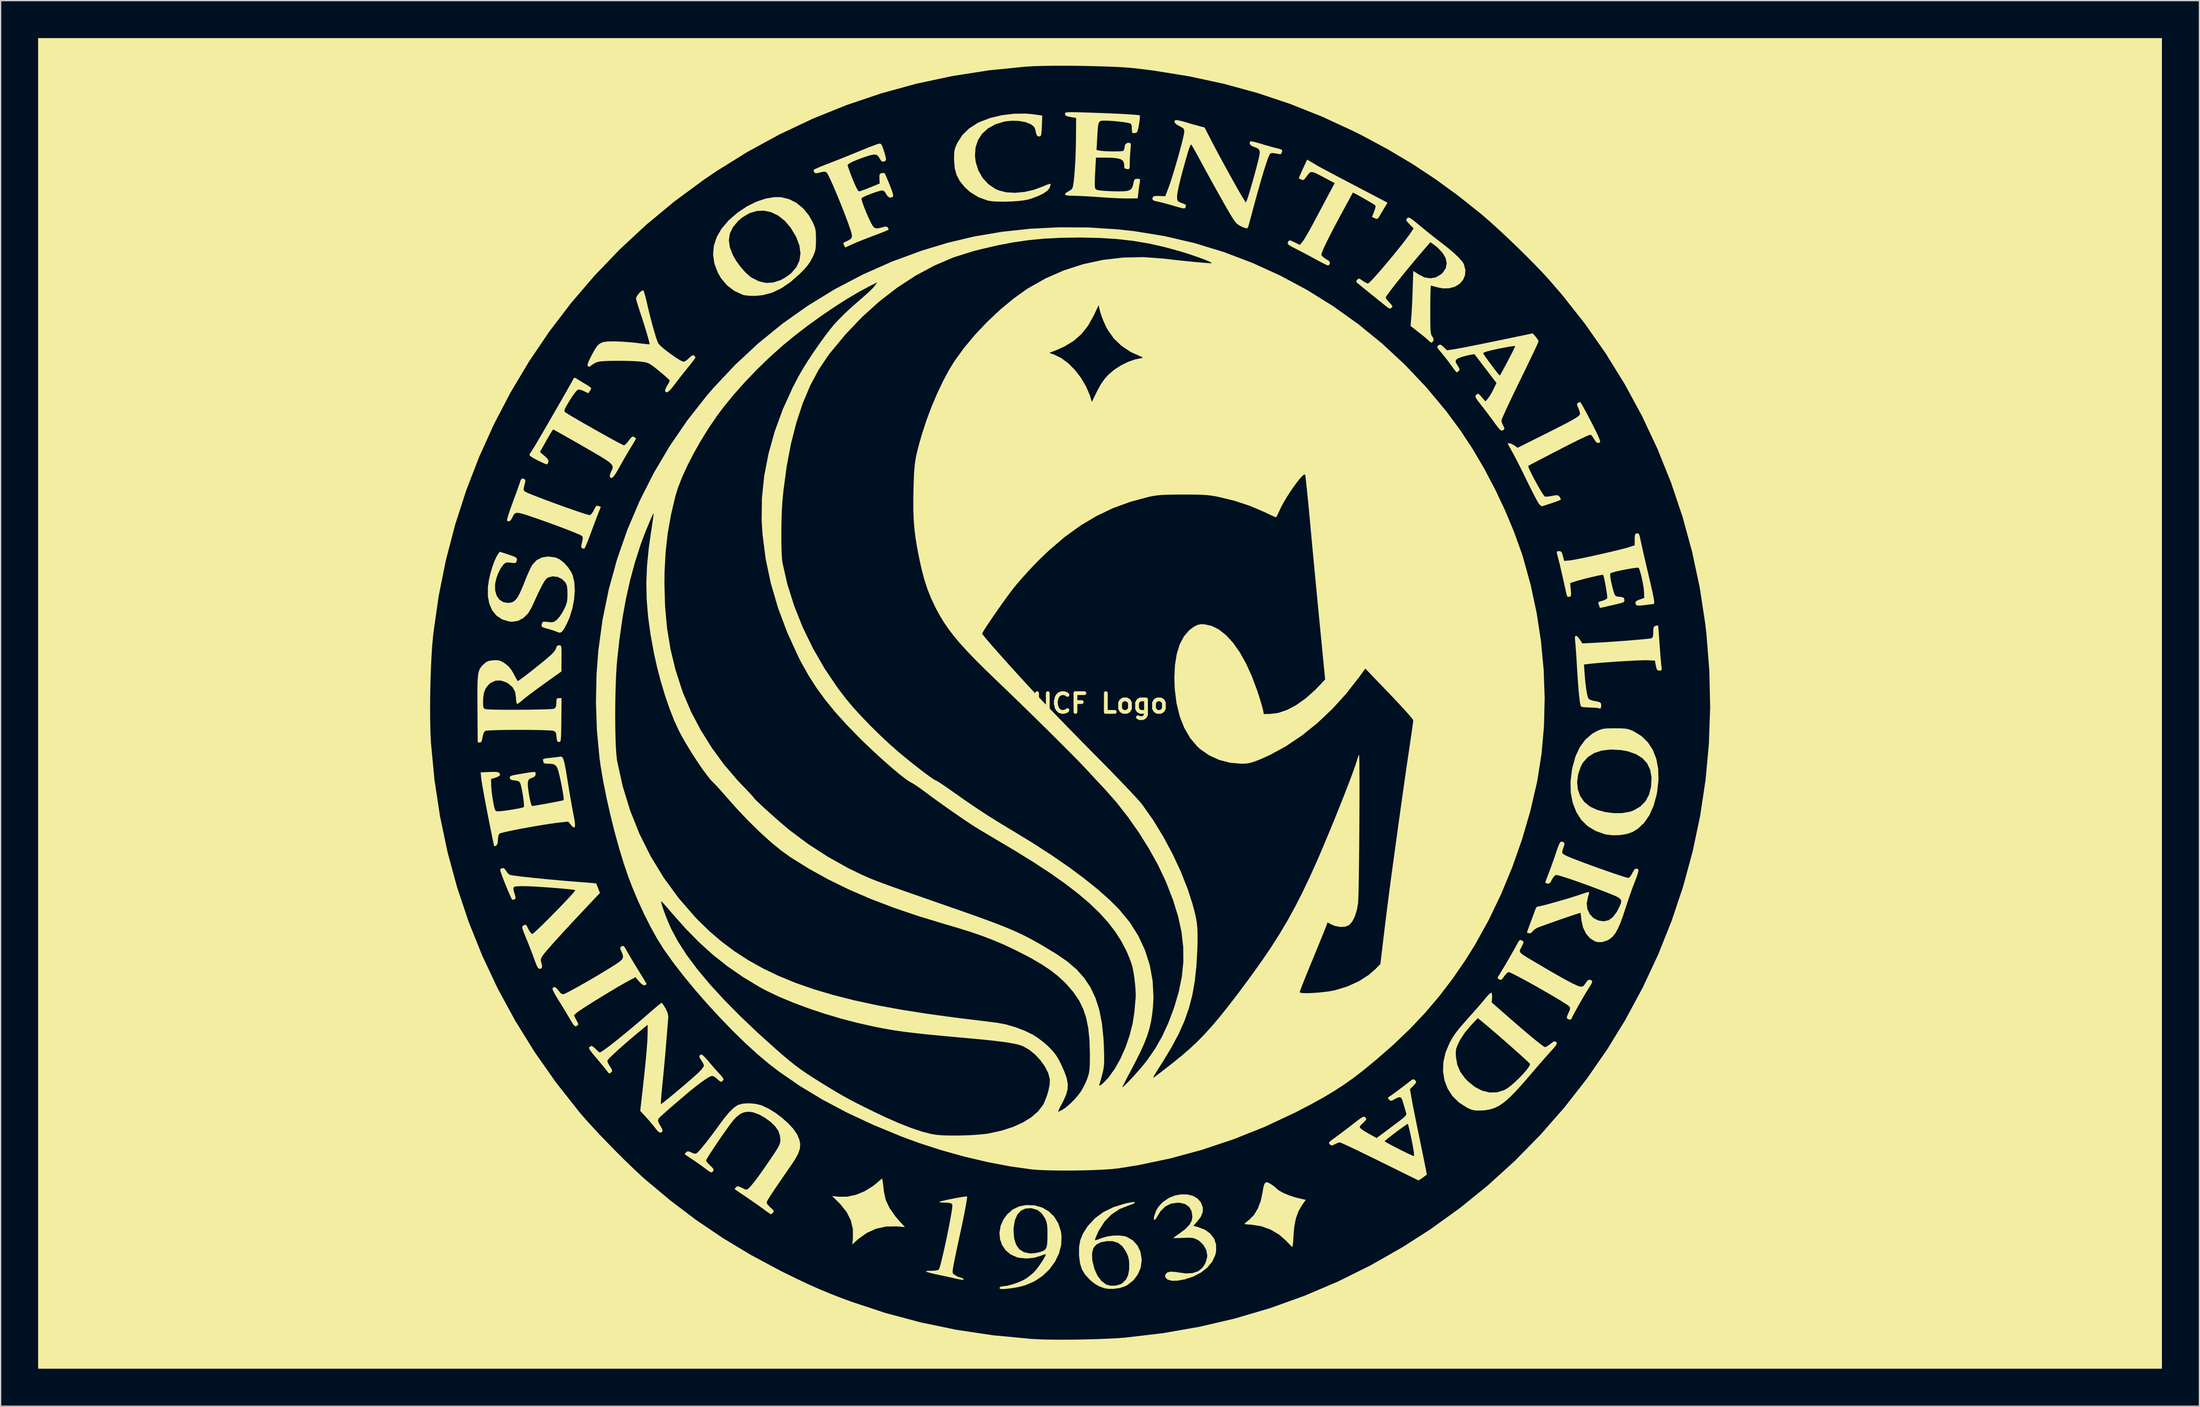
<source format=kicad_pcb>
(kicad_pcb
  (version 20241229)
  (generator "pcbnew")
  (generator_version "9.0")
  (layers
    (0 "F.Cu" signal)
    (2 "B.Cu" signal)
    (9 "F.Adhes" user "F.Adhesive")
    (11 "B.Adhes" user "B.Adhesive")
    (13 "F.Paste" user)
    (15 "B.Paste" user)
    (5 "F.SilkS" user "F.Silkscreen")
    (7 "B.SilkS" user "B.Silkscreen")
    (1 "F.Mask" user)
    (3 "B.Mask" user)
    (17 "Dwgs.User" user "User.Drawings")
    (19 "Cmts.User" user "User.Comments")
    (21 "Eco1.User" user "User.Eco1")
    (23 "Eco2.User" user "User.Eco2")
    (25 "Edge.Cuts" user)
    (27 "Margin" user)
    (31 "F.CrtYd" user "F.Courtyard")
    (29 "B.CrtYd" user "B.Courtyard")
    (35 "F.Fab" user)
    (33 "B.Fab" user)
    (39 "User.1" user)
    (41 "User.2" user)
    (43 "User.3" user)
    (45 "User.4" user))
  (footprint "UCF Logo"
    (layer "F.Cu")
    (at 84.95 53.255)
    (property "Reference" "UCF Logo" (at 0 0 0) (layer "F.SilkS") (effects (font (size 1.5 1.5) (thickness 0.3))))
    (attr board_only exclude_from_pos_files exclude_from_bom)
    (fp_poly (pts (xy -17.378 38.333) (xy -17.339 38.61) (xy -17.299 38.95) (xy -17.283 39.11) (xy -17.141 39.744) (xy -16.832 40.401) (xy -16.355 41.082) (xy -15.981 41.511) (xy -15.602 41.916) (xy -16.278 41.86) (xy -17.114 41.872) (xy -17.91 42.047) (xy -18.655 42.381) (xy -19.336 42.871) (xy -19.373 42.904) (xy -19.821 43.305) (xy -19.77 42.806) (xy -19.772 42.07) (xy -19.939 41.374) (xy -20.269 40.715) (xy -20.765 40.091) (xy -20.883 39.971) (xy -21.434 39.43) (xy -20.918 39.488) (xy -20.236 39.484) (xy -19.527 39.333) (xy -18.824 39.044) (xy -18.156 38.629) (xy -17.863 38.393) (xy -17.43 38.015)) (stroke (width 0) (type solid)) (fill yes) (layer "F.SilkS"))
    (fp_poly (pts (xy 13.576 38.419) (xy 13.651 38.464) (xy 13.88 38.624) (xy 14.06 38.775) (xy 14.098 38.815) (xy 14.299 38.98) (xy 14.624 39.162) (xy 15.029 39.34) (xy 15.472 39.496) (xy 15.815 39.589) (xy 16.459 39.738) (xy 16.18 40.126) (xy 15.877 40.644) (xy 15.663 41.243) (xy 15.531 41.951) (xy 15.481 42.566) (xy 15.459 42.944) (xy 15.434 43.249) (xy 15.407 43.448) (xy 15.385 43.51) (xy 15.307 43.447) (xy 15.148 43.289) (xy 14.941 43.069) (xy 14.909 43.034) (xy 14.331 42.521) (xy 13.65 42.12) (xy 12.904 41.85) (xy 12.128 41.726) (xy 12.055 41.722) (xy 11.789 41.705) (xy 11.608 41.681) (xy 11.556 41.659) (xy 11.619 41.587) (xy 11.781 41.45) (xy 11.937 41.33) (xy 12.312 40.951) (xy 12.624 40.436) (xy 12.859 39.814) (xy 12.996 39.17) (xy 13.066 38.75) (xy 13.143 38.481) (xy 13.243 38.348) (xy 13.382 38.333)) (stroke (width 0) (type solid)) (fill yes) (layer "F.SilkS"))
    (fp_poly (pts (xy -10.638 39.466) (xy -10.635 39.554) (xy -10.665 39.787) (xy -10.725 40.145) (xy -10.811 40.61) (xy -10.92 41.161) (xy -11.048 41.778) (xy -11.094 41.995) (xy -11.28 42.857) (xy -11.433 43.568) (xy -11.555 44.144) (xy -11.649 44.599) (xy -11.718 44.949) (xy -11.762 45.209) (xy -11.785 45.394) (xy -11.789 45.52) (xy -11.776 45.6) (xy -11.747 45.651) (xy -11.706 45.688) (xy -11.654 45.725) (xy -11.639 45.736) (xy -11.405 45.876) (xy -11.196 45.948) (xy -11.01 46.006) (xy -10.91 46.074) (xy -10.919 46.126) (xy -11.017 46.136) (xy -11.183 46.113) (xy -11.445 46.062) (xy -11.638 46.018) (xy -11.924 45.953) (xy -12.315 45.867) (xy -12.751 45.774) (xy -13.019 45.718) (xy -13.386 45.636) (xy -13.683 45.56) (xy -13.876 45.499) (xy -13.932 45.465) (xy -13.855 45.432) (xy -13.657 45.414) (xy -13.469 45.413) (xy -13.17 45.4) (xy -12.957 45.352) (xy -12.901 45.318) (xy -12.847 45.201) (xy -12.769 44.943) (xy -12.673 44.571) (xy -12.562 44.11) (xy -12.443 43.585) (xy -12.321 43.021) (xy -12.2 42.444) (xy -12.087 41.878) (xy -11.987 41.35) (xy -11.904 40.885) (xy -11.845 40.507) (xy -11.814 40.243) (xy -11.816 40.117) (xy -11.817 40.116) (xy -11.901 40.027) (xy -12.061 39.979) (xy -12.338 39.961) (xy -12.427 39.96) (xy -12.703 39.949) (xy -12.837 39.922) (xy -12.827 39.887) (xy -12.692 39.842) (xy -12.437 39.779) (xy -12.103 39.706) (xy -11.729 39.631) (xy -11.356 39.562) (xy -11.024 39.506) (xy -10.773 39.471) (xy -10.643 39.465)) (stroke (width 0) (type solid)) (fill yes) (layer "F.SilkS"))
    (fp_poly (pts (xy -38.112 19.42) (xy -38.021 19.524) (xy -37.892 19.745) (xy -37.844 19.833) (xy -37.711 20.07) (xy -37.511 20.409) (xy -37.27 20.81) (xy -37.011 21.233) (xy -36.939 21.349) (xy -36.706 21.727) (xy -36.508 22.053) (xy -36.362 22.299) (xy -36.283 22.44) (xy -36.274 22.462) (xy -36.341 22.523) (xy -36.417 22.558) (xy -36.555 22.543) (xy -36.742 22.396) (xy -36.863 22.265) (xy -37.166 21.917) (xy -37.747 22.226) (xy -38.071 22.405) (xy -38.478 22.638) (xy -38.943 22.912) (xy -39.442 23.212) (xy -39.952 23.522) (xy -40.449 23.829) (xy -40.907 24.117) (xy -41.305 24.371) (xy -41.617 24.577) (xy -41.82 24.721) (xy -41.876 24.767) (xy -42.084 24.972) (xy -41.921 25.292) (xy -41.813 25.503) (xy -41.74 25.647) (xy -41.729 25.669) (xy -41.77 25.749) (xy -41.868 25.817) (xy -41.955 25.845) (xy -42.038 25.812) (xy -42.141 25.695) (xy -42.286 25.469) (xy -42.439 25.209) (xy -42.668 24.819) (xy -42.945 24.361) (xy -43.224 23.911) (xy -43.344 23.721) (xy -43.543 23.391) (xy -43.697 23.106) (xy -43.786 22.899) (xy -43.801 22.811) (xy -43.698 22.699) (xy -43.55 22.733) (xy -43.379 22.906) (xy -43.324 22.987) (xy -43.128 23.217) (xy -42.951 23.283) (xy -42.829 23.241) (xy -42.584 23.123) (xy -42.239 22.941) (xy -41.813 22.707) (xy -41.331 22.435) (xy -40.812 22.137) (xy -40.279 21.824) (xy -39.755 21.51) (xy -39.26 21.207) (xy -38.816 20.928) (xy -38.758 20.891) (xy -38.429 20.666) (xy -38.234 20.487) (xy -38.155 20.317) (xy -38.177 20.121) (xy -38.283 19.863) (xy -38.288 19.852) (xy -38.374 19.649) (xy -38.379 19.538) (xy -38.309 19.47) (xy -38.198 19.41)) (stroke (width 0) (type solid)) (fill yes) (layer "F.SilkS"))
    (fp_poly (pts (xy 41.201 1.991) (xy 41.642 1.995) (xy 41.96 2.011) (xy 42.201 2.047) (xy 42.412 2.11) (xy 42.64 2.207) (xy 42.663 2.217) (xy 43.3 2.602) (xy 43.82 3.104) (xy 44.22 3.715) (xy 44.499 4.427) (xy 44.652 5.232) (xy 44.676 6.119) (xy 44.569 7.082) (xy 44.518 7.35) (xy 44.278 8.213) (xy 43.944 8.955) (xy 43.521 9.567) (xy 43.014 10.041) (xy 42.596 10.294) (xy 42.135 10.452) (xy 41.583 10.541) (xy 41.005 10.555) (xy 40.467 10.489) (xy 40.39 10.471) (xy 39.639 10.206) (xy 39.01 9.824) (xy 38.499 9.322) (xy 38.104 8.699) (xy 38.102 8.694) (xy 37.812 7.946) (xy 37.658 7.147) (xy 37.639 6.28) (xy 37.639 6.278) (xy 38.167 6.278) (xy 38.222 6.872) (xy 38.412 7.412) (xy 38.733 7.876) (xy 39.179 8.244) (xy 39.222 8.27) (xy 39.783 8.525) (xy 40.423 8.698) (xy 41.096 8.784) (xy 41.756 8.779) (xy 42.355 8.679) (xy 42.687 8.563) (xy 43.227 8.247) (xy 43.633 7.837) (xy 43.913 7.321) (xy 44.077 6.686) (xy 44.084 6.637) (xy 44.12 5.931) (xy 44.014 5.318) (xy 43.768 4.799) (xy 43.383 4.377) (xy 42.861 4.054) (xy 42.203 3.83) (xy 41.662 3.734) (xy 40.85 3.691) (xy 40.135 3.774) (xy 39.522 3.978) (xy 39.018 4.302) (xy 38.631 4.743) (xy 38.483 5.008) (xy 38.253 5.649) (xy 38.167 6.278) (xy 37.639 6.278) (xy 37.753 5.328) (xy 37.801 5.084) (xy 38.042 4.226) (xy 38.385 3.496) (xy 38.825 2.897) (xy 39.358 2.435) (xy 39.757 2.209) (xy 39.981 2.111) (xy 40.189 2.048) (xy 40.426 2.011) (xy 40.738 1.995) (xy 41.171 1.991)) (stroke (width 0) (type solid)) (fill yes) (layer "F.SilkS"))
    (fp_poly (pts (xy -25.529 -40.522) (xy -24.892 -40.373) (xy -24.294 -40.071) (xy -23.754 -39.631) (xy -23.293 -39.068) (xy -22.996 -38.545) (xy -22.869 -38.262) (xy -22.789 -38.028) (xy -22.745 -37.785) (xy -22.727 -37.476) (xy -22.724 -37.126) (xy -22.729 -36.721) (xy -22.75 -36.428) (xy -22.798 -36.189) (xy -22.886 -35.949) (xy -23.004 -35.691) (xy -23.18 -35.363) (xy -23.397 -35.053) (xy -23.687 -34.721) (xy -24.026 -34.378) (xy -24.772 -33.721) (xy -25.502 -33.224) (xy -26.23 -32.88) (xy -26.97 -32.682) (xy -27.524 -32.625) (xy -27.995 -32.626) (xy -28.387 -32.665) (xy -28.586 -32.71) (xy -29.252 -33.017) (xy -29.836 -33.464) (xy -30.319 -34.036) (xy -30.575 -34.478) (xy -30.849 -35.205) (xy -30.954 -35.926) (xy -30.893 -36.635) (xy -30.746 -37.082) (xy -29.692 -37.082) (xy -29.613 -36.506) (xy -29.371 -35.883) (xy -29.37 -35.882) (xy -29.094 -35.406) (xy -28.748 -34.933) (xy -28.373 -34.508) (xy -28.005 -34.177) (xy -27.865 -34.079) (xy -27.286 -33.787) (xy -26.726 -33.657) (xy -26.161 -33.688) (xy -25.57 -33.879) (xy -25.527 -33.898) (xy -25.194 -34.083) (xy -24.851 -34.322) (xy -24.694 -34.454) (xy -24.288 -34.926) (xy -24.045 -35.448) (xy -23.964 -36.018) (xy -24.045 -36.635) (xy -24.29 -37.298) (xy -24.323 -37.367) (xy -24.738 -38.064) (xy -25.214 -38.624) (xy -25.739 -39.043) (xy -26.3 -39.317) (xy -26.882 -39.443) (xy -27.473 -39.416) (xy -28.059 -39.234) (xy -28.628 -38.893) (xy -28.946 -38.62) (xy -29.36 -38.131) (xy -29.609 -37.621) (xy -29.692 -37.082) (xy -30.746 -37.082) (xy -30.665 -37.33) (xy -30.274 -38.004) (xy -29.719 -38.656) (xy -29.004 -39.279) (xy -28.972 -39.302) (xy -28.241 -39.788) (xy -27.491 -40.161) (xy -26.75 -40.41) (xy -26.043 -40.528)) (stroke (width 0) (type solid)) (fill yes) (layer "F.SilkS"))
    (fp_poly (pts (xy 6.984 39.306) (xy 7.431 39.418) (xy 7.804 39.631) (xy 8.072 39.945) (xy 8.083 39.963) (xy 8.225 40.353) (xy 8.216 40.729) (xy 8.051 41.113) (xy 7.771 41.477) (xy 7.464 41.816) (xy 7.831 41.912) (xy 8.393 42.13) (xy 8.828 42.445) (xy 9.129 42.845) (xy 9.285 43.315) (xy 9.289 43.84) (xy 9.222 44.149) (xy 8.986 44.666) (xy 8.604 45.137) (xy 8.096 45.543) (xy 7.485 45.869) (xy 6.79 46.097) (xy 6.776 46.101) (xy 6.191 46.206) (xy 5.742 46.214) (xy 5.425 46.124) (xy 5.35 46.075) (xy 5.215 45.909) (xy 5.219 45.736) (xy 5.36 45.56) (xy 5.636 45.484) (xy 6.047 45.509) (xy 6.202 45.537) (xy 6.867 45.627) (xy 7.416 45.597) (xy 7.857 45.445) (xy 8.196 45.169) (xy 8.389 44.876) (xy 8.505 44.582) (xy 8.573 44.288) (xy 8.58 44.191) (xy 8.502 43.768) (xy 8.288 43.369) (xy 7.971 43.046) (xy 7.811 42.944) (xy 7.612 42.847) (xy 7.426 42.79) (xy 7.203 42.767) (xy 6.892 42.769) (xy 6.647 42.78) (xy 6.306 42.793) (xy 6.039 42.799) (xy 5.885 42.796) (xy 5.862 42.79) (xy 5.926 42.733) (xy 6.097 42.608) (xy 6.338 42.441) (xy 6.363 42.423) (xy 6.839 42.062) (xy 7.161 41.723) (xy 7.341 41.389) (xy 7.391 41.082) (xy 7.324 40.636) (xy 7.129 40.298) (xy 6.811 40.074) (xy 6.375 39.97) (xy 6.201 39.963) (xy 5.673 40.04) (xy 5.217 40.27) (xy 4.837 40.649) (xy 4.618 41.003) (xy 4.47 41.249) (xy 4.362 41.349) (xy 4.307 41.306) (xy 4.32 41.118) (xy 4.349 40.999) (xy 4.486 40.603) (xy 4.675 40.287) (xy 4.958 39.983) (xy 5.064 39.887) (xy 5.502 39.586) (xy 5.988 39.389) (xy 6.492 39.296)) (stroke (width 0) (type solid)) (fill yes) (layer "F.SilkS"))
    (fp_poly (pts (xy -46.051 -17.956) (xy -45.984 -17.884) (xy -45.978 -17.758) (xy -46.031 -17.527) (xy -46.042 -17.486) (xy -46.103 -17.233) (xy -46.103 -17.083) (xy -46.042 -16.982) (xy -46.034 -16.974) (xy -45.919 -16.91) (xy -45.667 -16.799) (xy -45.303 -16.652) (xy -44.851 -16.476) (xy -44.335 -16.28) (xy -43.779 -16.074) (xy -43.208 -15.865) (xy -42.646 -15.664) (xy -42.117 -15.479) (xy -41.646 -15.318) (xy -41.256 -15.19) (xy -40.972 -15.105) (xy -40.817 -15.071) (xy -40.811 -15.071) (xy -40.707 -15.14) (xy -40.576 -15.317) (xy -40.512 -15.431) (xy -40.39 -15.671) (xy -40.312 -15.793) (xy -40.245 -15.829) (xy -40.153 -15.809) (xy -40.106 -15.793) (xy -39.933 -15.739) (xy -40.109 -15.299) (xy -40.202 -15.06) (xy -40.337 -14.704) (xy -40.499 -14.273) (xy -40.672 -13.808) (xy -40.736 -13.634) (xy -40.895 -13.21) (xy -41.039 -12.847) (xy -41.157 -12.572) (xy -41.235 -12.414) (xy -41.257 -12.386) (xy -41.384 -12.406) (xy -41.438 -12.433) (xy -41.498 -12.509) (xy -41.498 -12.652) (xy -41.441 -12.898) (xy -41.384 -13.152) (xy -41.386 -13.302) (xy -41.45 -13.404) (xy -41.459 -13.413) (xy -41.578 -13.481) (xy -41.836 -13.595) (xy -42.207 -13.748) (xy -42.671 -13.929) (xy -43.204 -14.132) (xy -43.783 -14.346) (xy -44.385 -14.564) (xy -44.988 -14.777) (xy -45.568 -14.975) (xy -45.645 -15.001) (xy -46.1 -15.149) (xy -46.424 -15.236) (xy -46.647 -15.259) (xy -46.799 -15.214) (xy -46.908 -15.099) (xy -47.004 -14.909) (xy -47.034 -14.838) (xy -47.162 -14.637) (xy -47.306 -14.562) (xy -47.431 -14.627) (xy -47.442 -14.644) (xy -47.43 -14.745) (xy -47.365 -14.979) (xy -47.257 -15.317) (xy -47.112 -15.734) (xy -46.947 -16.189) (xy -46.771 -16.665) (xy -46.615 -17.094) (xy -46.49 -17.449) (xy -46.404 -17.7) (xy -46.37 -17.815) (xy -46.285 -17.982) (xy -46.13 -17.995)) (stroke (width 0) (type solid)) (fill yes) (layer "F.SilkS"))
    (fp_poly (pts (xy 2.801 39.943) (xy 2.734 40.01) (xy 2.548 40.098) (xy 2.315 40.176) (xy 1.562 40.474) (xy 0.911 40.907) (xy 0.363 41.474) (xy -0.084 42.178) (xy -0.152 42.315) (xy -0.285 42.606) (xy -0.376 42.833) (xy -0.412 42.957) (xy -0.41 42.969) (xy -0.319 42.958) (xy -0.117 42.894) (xy 0.132 42.798) (xy 0.573 42.667) (xy 1.069 42.597) (xy 1.561 42.59) (xy 1.989 42.65) (xy 2.154 42.704) (xy 2.638 42.99) (xy 3 43.39) (xy 3.234 43.892) (xy 3.331 44.483) (xy 3.333 44.592) (xy 3.253 45.171) (xy 3.024 45.712) (xy 2.668 46.181) (xy 2.205 46.547) (xy 1.983 46.663) (xy 1.56 46.797) (xy 1.079 46.863) (xy 0.613 46.856) (xy 0.297 46.793) (xy -0.069 46.655) (xy -0.366 46.492) (xy -0.664 46.261) (xy -0.827 46.116) (xy -1.196 45.72) (xy -1.448 45.3) (xy -1.602 44.813) (xy -1.675 44.217) (xy -1.681 44.111) (xy -1.679 43.988) (xy -0.637 43.988) (xy -0.625 44.497) (xy -0.604 44.644) (xy -0.446 45.272) (xy -0.203 45.807) (xy 0.113 46.227) (xy 0.488 46.508) (xy 0.543 46.535) (xy 0.874 46.612) (xy 1.26 46.598) (xy 1.618 46.501) (xy 1.784 46.409) (xy 2.065 46.135) (xy 2.241 45.79) (xy 2.325 45.341) (xy 2.336 45.037) (xy 2.325 44.66) (xy 2.278 44.373) (xy 2.18 44.1) (xy 2.081 43.894) (xy 1.796 43.461) (xy 1.451 43.183) (xy 1.028 43.047) (xy 0.574 43.039) (xy 0.07 43.13) (xy -0.296 43.313) (xy -0.53 43.596) (xy -0.637 43.988) (xy -1.679 43.988) (xy -1.672 43.487) (xy -1.577 42.956) (xy -1.377 42.46) (xy -1.055 41.942) (xy -0.979 41.837) (xy -0.419 41.222) (xy 0.269 40.714) (xy 1.085 40.316) (xy 2.023 40.028) (xy 2.527 39.928) (xy 2.736 39.911)) (stroke (width 0) (type solid)) (fill yes) (layer "F.SilkS"))
    (fp_poly (pts (xy -5.43 -47.168) (xy -5.086 -47.122) (xy -4.814 -47.083) (xy -4.653 -47.057) (xy -4.625 -47.049) (xy -4.624 -46.963) (xy -4.63 -46.745) (xy -4.643 -46.433) (xy -4.653 -46.207) (xy -4.673 -45.828) (xy -4.697 -45.587) (xy -4.731 -45.453) (xy -4.785 -45.395) (xy -4.867 -45.381) (xy -4.881 -45.381) (xy -5.002 -45.409) (xy -5.08 -45.521) (xy -5.141 -45.757) (xy -5.146 -45.782) (xy -5.213 -46.04) (xy -5.321 -46.205) (xy -5.522 -46.346) (xy -5.599 -46.389) (xy -5.997 -46.539) (xy -6.498 -46.625) (xy -7.046 -46.643) (xy -7.583 -46.588) (xy -7.648 -46.575) (xy -8.366 -46.356) (xy -8.963 -46.027) (xy -9.433 -45.598) (xy -9.768 -45.081) (xy -9.961 -44.484) (xy -10.004 -43.819) (xy -9.943 -43.331) (xy -9.733 -42.656) (xy -9.389 -42.059) (xy -8.931 -41.563) (xy -8.376 -41.188) (xy -8.087 -41.06) (xy -7.482 -40.911) (xy -6.79 -40.873) (xy -6.047 -40.941) (xy -5.293 -41.112) (xy -4.564 -41.382) (xy -4.525 -41.4) (xy -4.257 -41.514) (xy -4.055 -41.581) (xy -3.96 -41.588) (xy -3.96 -41.586) (xy -3.965 -41.476) (xy -4.026 -41.285) (xy -4.035 -41.261) (xy -4.199 -41.052) (xy -4.506 -40.834) (xy -4.928 -40.621) (xy -5.44 -40.428) (xy -5.74 -40.338) (xy -6.101 -40.266) (xy -6.573 -40.212) (xy -7.11 -40.177) (xy -7.665 -40.161) (xy -8.192 -40.167) (xy -8.644 -40.195) (xy -8.975 -40.247) (xy -8.976 -40.247) (xy -9.726 -40.52) (xy -10.392 -40.932) (xy -10.831 -41.332) (xy -11.22 -41.816) (xy -11.479 -42.308) (xy -11.625 -42.855) (xy -11.676 -43.503) (xy -11.677 -43.563) (xy -11.673 -43.95) (xy -11.648 -44.231) (xy -11.588 -44.468) (xy -11.482 -44.725) (xy -11.402 -44.891) (xy -11.005 -45.504) (xy -10.467 -46.029) (xy -9.793 -46.46) (xy -9.642 -46.534) (xy -8.805 -46.855) (xy -7.874 -47.079) (xy -6.903 -47.201) (xy -5.942 -47.212)) (stroke (width 0) (type solid)) (fill yes) (layer "F.SilkS"))
    (fp_poly (pts (xy 33.727 18.967) (xy 33.836 19.028) (xy 33.879 19.091) (xy 33.855 19.202) (xy 33.761 19.405) (xy 33.708 19.513) (xy 33.638 19.65) (xy 33.591 19.758) (xy 33.583 19.851) (xy 33.629 19.945) (xy 33.745 20.054) (xy 33.945 20.195) (xy 34.246 20.381) (xy 34.662 20.628) (xy 35.127 20.903) (xy 35.998 21.414) (xy 36.731 21.835) (xy 37.329 22.167) (xy 37.797 22.412) (xy 38.138 22.573) (xy 38.356 22.652) (xy 38.375 22.657) (xy 38.554 22.673) (xy 38.682 22.609) (xy 38.819 22.432) (xy 38.836 22.405) (xy 38.996 22.19) (xy 39.128 22.11) (xy 39.274 22.147) (xy 39.325 22.177) (xy 39.372 22.242) (xy 39.348 22.36) (xy 39.242 22.56) (xy 39.098 22.789) (xy 38.929 23.06) (xy 38.726 23.4) (xy 38.505 23.78) (xy 38.283 24.17) (xy 38.077 24.541) (xy 37.903 24.862) (xy 37.779 25.104) (xy 37.72 25.237) (xy 37.718 25.25) (xy 37.653 25.309) (xy 37.506 25.294) (xy 37.394 25.242) (xy 37.341 25.167) (xy 37.365 25.028) (xy 37.471 24.784) (xy 37.472 24.783) (xy 37.581 24.533) (xy 37.607 24.379) (xy 37.559 24.27) (xy 37.556 24.267) (xy 37.436 24.169) (xy 37.192 24.006) (xy 36.846 23.79) (xy 36.42 23.533) (xy 35.937 23.249) (xy 35.42 22.951) (xy 34.89 22.65) (xy 34.369 22.359) (xy 33.881 22.092) (xy 33.447 21.86) (xy 33.09 21.676) (xy 32.831 21.554) (xy 32.694 21.506) (xy 32.689 21.505) (xy 32.568 21.571) (xy 32.411 21.738) (xy 32.332 21.846) (xy 32.186 22.048) (xy 32.079 22.128) (xy 31.971 22.112) (xy 31.933 22.094) (xy 31.816 22.008) (xy 31.828 21.902) (xy 31.879 21.817) (xy 32.036 21.565) (xy 32.247 21.215) (xy 32.49 20.806) (xy 32.741 20.375) (xy 32.977 19.964) (xy 33.177 19.61) (xy 33.317 19.353) (xy 33.339 19.311) (xy 33.471 19.069) (xy 33.566 18.953) (xy 33.656 18.937)) (stroke (width 0) (type solid)) (fill yes) (layer "F.SilkS"))
    (fp_poly (pts (xy -5.234 40.177) (xy -4.627 40.35) (xy -4.098 40.659) (xy -3.661 41.088) (xy -3.334 41.625) (xy -3.131 42.254) (xy -3.08 42.621) (xy -3.105 43.336) (xy -3.283 44.032) (xy -3.601 44.69) (xy -4.042 45.292) (xy -4.59 45.817) (xy -5.23 46.248) (xy -5.947 46.563) (xy -6.381 46.684) (xy -6.781 46.763) (xy -7.179 46.824) (xy -7.538 46.864) (xy -7.82 46.879) (xy -7.986 46.866) (xy -8.009 46.854) (xy -8.037 46.752) (xy -7.926 46.677) (xy -7.734 46.651) (xy -7.441 46.614) (xy -7.056 46.516) (xy -6.638 46.376) (xy -6.245 46.214) (xy -5.946 46.055) (xy -5.645 45.838) (xy -5.343 45.581) (xy -5.251 45.492) (xy -5.082 45.294) (xy -4.884 45.03) (xy -4.683 44.738) (xy -4.507 44.459) (xy -4.381 44.233) (xy -4.332 44.101) (xy -4.332 44.1) (xy -4.401 44.094) (xy -4.577 44.148) (xy -4.712 44.204) (xy -5.264 44.371) (xy -5.873 44.431) (xy -6.463 44.378) (xy -6.642 44.334) (xy -7.15 44.109) (xy -7.551 43.773) (xy -7.837 43.351) (xy -8.003 42.869) (xy -8.044 42.351) (xy -8.018 42.201) (xy -6.917 42.201) (xy -6.87 42.826) (xy -6.715 43.323) (xy -6.457 43.689) (xy -6.095 43.924) (xy -5.633 44.023) (xy -5.516 44.027) (xy -5.184 43.997) (xy -4.828 43.922) (xy -4.729 43.892) (xy -4.525 43.811) (xy -4.382 43.71) (xy -4.289 43.561) (xy -4.236 43.333) (xy -4.211 42.998) (xy -4.205 42.527) (xy -4.205 42.46) (xy -4.211 42.038) (xy -4.235 41.735) (xy -4.285 41.5) (xy -4.369 41.284) (xy -4.403 41.212) (xy -4.678 40.801) (xy -5.029 40.538) (xy -5.472 40.411) (xy -5.527 40.405) (xy -5.971 40.434) (xy -6.336 40.609) (xy -6.617 40.923) (xy -6.81 41.368) (xy -6.907 41.936) (xy -6.917 42.201) (xy -8.018 42.201) (xy -7.953 41.821) (xy -7.726 41.304) (xy -7.426 40.897) (xy -6.975 40.502) (xy -6.463 40.258) (xy -5.9 40.153)) (stroke (width 0) (type solid)) (fill yes) (layer "F.SilkS"))
    (fp_poly (pts (xy 44.648 -6.241) (xy 44.658 -6.155) (xy 44.677 -5.928) (xy 44.703 -5.588) (xy 44.734 -5.164) (xy 44.759 -4.809) (xy 44.795 -4.304) (xy 44.832 -3.829) (xy 44.866 -3.423) (xy 44.895 -3.123) (xy 44.909 -3.01) (xy 44.935 -2.775) (xy 44.915 -2.662) (xy 44.83 -2.627) (xy 44.752 -2.625) (xy 44.62 -2.646) (xy 44.539 -2.74) (xy 44.48 -2.949) (xy 44.464 -3.027) (xy 44.386 -3.429) (xy 43.792 -3.456) (xy 43.542 -3.457) (xy 43.156 -3.445) (xy 42.665 -3.423) (xy 42.102 -3.393) (xy 41.498 -3.356) (xy 40.886 -3.315) (xy 40.299 -3.272) (xy 39.768 -3.228) (xy 39.326 -3.186) (xy 39.13 -3.164) (xy 38.715 -3.114) (xy 38.772 -2.298) (xy 38.822 -1.72) (xy 38.884 -1.211) (xy 38.954 -0.796) (xy 39.028 -0.501) (xy 39.093 -0.362) (xy 39.229 -0.28) (xy 39.452 -0.213) (xy 39.489 -0.207) (xy 39.803 -0.148) (xy 39.985 -0.09) (xy 40.071 -0.008) (xy 40.095 0.118) (xy 40.096 0.175) (xy 40.066 0.369) (xy 39.985 0.427) (xy 39.917 0.386) (xy 39.82 0.366) (xy 39.598 0.347) (xy 39.294 0.333) (xy 39.23 0.331) (xy 38.906 0.316) (xy 38.646 0.292) (xy 38.499 0.263) (xy 38.489 0.258) (xy 38.439 0.15) (xy 38.387 -0.114) (xy 38.334 -0.537) (xy 38.28 -1.122) (xy 38.223 -1.87) (xy 38.163 -2.784) (xy 38.143 -3.133) (xy 38.111 -3.658) (xy 38.078 -4.15) (xy 38.046 -4.573) (xy 38.019 -4.892) (xy 38.001 -5.059) (xy 37.992 -5.314) (xy 38.053 -5.418) (xy 38.174 -5.369) (xy 38.346 -5.167) (xy 38.385 -5.109) (xy 38.585 -4.802) (xy 39.702 -4.859) (xy 40.21 -4.888) (xy 40.774 -4.924) (xy 41.368 -4.966) (xy 41.965 -5.01) (xy 42.538 -5.056) (xy 43.06 -5.1) (xy 43.506 -5.141) (xy 43.849 -5.176) (xy 44.061 -5.204) (xy 44.11 -5.214) (xy 44.201 -5.281) (xy 44.247 -5.435) (xy 44.259 -5.711) (xy 44.268 -5.979) (xy 44.306 -6.124) (xy 44.392 -6.192) (xy 44.446 -6.21) (xy 44.598 -6.241)) (stroke (width 0) (type solid)) (fill yes) (layer "F.SilkS"))
    (fp_poly (pts (xy 16.864 -43.355) (xy 17.145 -43.189) (xy 17.427 -43.022) (xy 17.444 -43.012) (xy 17.584 -42.934) (xy 17.856 -42.787) (xy 18.239 -42.583) (xy 18.715 -42.331) (xy 19.262 -42.042) (xy 19.862 -41.726) (xy 20.363 -41.463) (xy 22.998 -40.082) (xy 22.672 -39.535) (xy 22.503 -39.252) (xy 22.362 -39.015) (xy 22.276 -38.871) (xy 22.272 -38.864) (xy 22.187 -38.785) (xy 22.045 -38.809) (xy 21.979 -38.838) (xy 21.76 -38.937) (xy 21.928 -39.379) (xy 22.02 -39.646) (xy 22.042 -39.801) (xy 21.999 -39.884) (xy 21.985 -39.894) (xy 21.806 -40.007) (xy 21.528 -40.172) (xy 21.204 -40.361) (xy 20.884 -40.544) (xy 20.619 -40.692) (xy 20.501 -40.755) (xy 20.231 -40.891) (xy 19.596 -39.729) (xy 19.127 -38.862) (xy 18.718 -38.089) (xy 18.372 -37.419) (xy 18.093 -36.859) (xy 17.887 -36.418) (xy 17.756 -36.104) (xy 17.705 -35.925) (xy 17.707 -35.894) (xy 17.814 -35.758) (xy 17.991 -35.621) (xy 18.19 -35.498) (xy 18.331 -35.407) (xy 18.393 -35.287) (xy 18.361 -35.141) (xy 18.259 -35.056) (xy 18.234 -35.054) (xy 18.125 -35.094) (xy 17.901 -35.202) (xy 17.598 -35.359) (xy 17.287 -35.528) (xy 16.843 -35.77) (xy 16.355 -36.03) (xy 15.898 -36.269) (xy 15.692 -36.374) (xy 15.352 -36.549) (xy 15.14 -36.672) (xy 15.034 -36.763) (xy 15.01 -36.841) (xy 15.037 -36.917) (xy 15.098 -37.025) (xy 15.161 -37.068) (xy 15.271 -37.045) (xy 15.472 -36.953) (xy 15.594 -36.894) (xy 15.986 -36.704) (xy 16.2 -36.958) (xy 16.31 -37.116) (xy 16.48 -37.394) (xy 16.692 -37.761) (xy 16.929 -38.186) (xy 17.11 -38.523) (xy 17.385 -39.04) (xy 17.675 -39.587) (xy 17.955 -40.113) (xy 18.196 -40.565) (xy 18.289 -40.741) (xy 18.772 -41.646) (xy 17.987 -42.065) (xy 17.556 -42.293) (xy 17.247 -42.446) (xy 17.031 -42.525) (xy 16.879 -42.534) (xy 16.763 -42.476) (xy 16.653 -42.354) (xy 16.554 -42.216) (xy 16.39 -41.999) (xy 16.276 -41.901) (xy 16.173 -41.897) (xy 16.106 -41.926) (xy 15.959 -42.004) (xy 15.906 -42.035) (xy 15.93 -42.114) (xy 16.012 -42.312) (xy 16.137 -42.595) (xy 16.227 -42.791) (xy 16.569 -43.53)) (stroke (width 0) (type solid)) (fill yes) (layer "F.SilkS"))
    (fp_poly (pts (xy 38.466 -24.057) (xy 38.585 -23.857) (xy 38.756 -23.549) (xy 38.967 -23.157) (xy 39.205 -22.702) (xy 39.285 -22.549) (xy 39.573 -21.983) (xy 39.783 -21.551) (xy 39.922 -21.24) (xy 39.995 -21.036) (xy 40.008 -20.925) (xy 39.992 -20.899) (xy 39.843 -20.838) (xy 39.718 -20.888) (xy 39.58 -21.067) (xy 39.52 -21.167) (xy 39.389 -21.369) (xy 39.279 -21.49) (xy 39.247 -21.505) (xy 39.135 -21.479) (xy 38.927 -21.397) (xy 38.614 -21.254) (xy 38.187 -21.048) (xy 37.636 -20.772) (xy 36.952 -20.423) (xy 36.275 -20.074) (xy 35.743 -19.797) (xy 35.263 -19.547) (xy 34.854 -19.333) (xy 34.536 -19.166) (xy 34.331 -19.057) (xy 34.257 -19.015) (xy 34.272 -18.922) (xy 34.358 -18.714) (xy 34.498 -18.422) (xy 34.675 -18.075) (xy 34.873 -17.704) (xy 35.076 -17.34) (xy 35.267 -17.013) (xy 35.43 -16.754) (xy 35.548 -16.592) (xy 35.585 -16.558) (xy 35.703 -16.549) (xy 35.931 -16.572) (xy 36.149 -16.61) (xy 36.429 -16.66) (xy 36.593 -16.665) (xy 36.692 -16.62) (xy 36.753 -16.55) (xy 36.844 -16.401) (xy 36.868 -16.331) (xy 36.793 -16.278) (xy 36.594 -16.192) (xy 36.309 -16.089) (xy 36.21 -16.056) (xy 35.883 -15.95) (xy 35.606 -15.858) (xy 35.43 -15.797) (xy 35.408 -15.789) (xy 35.288 -15.798) (xy 35.149 -15.932) (xy 35.037 -16.094) (xy 34.929 -16.283) (xy 34.764 -16.595) (xy 34.557 -16.998) (xy 34.325 -17.462) (xy 34.083 -17.956) (xy 34.069 -17.985) (xy 33.816 -18.504) (xy 33.56 -19.017) (xy 33.321 -19.486) (xy 33.118 -19.875) (xy 32.975 -20.137) (xy 32.814 -20.424) (xy 32.691 -20.65) (xy 32.626 -20.778) (xy 32.621 -20.793) (xy 32.685 -20.835) (xy 32.843 -20.803) (xy 33.043 -20.712) (xy 33.149 -20.645) (xy 33.407 -20.463) (xy 35.456 -21.488) (xy 36.21 -21.867) (xy 36.825 -22.178) (xy 37.314 -22.432) (xy 37.693 -22.634) (xy 37.974 -22.795) (xy 38.17 -22.92) (xy 38.297 -23.019) (xy 38.367 -23.1) (xy 38.395 -23.17) (xy 38.397 -23.198) (xy 38.362 -23.38) (xy 38.273 -23.619) (xy 38.252 -23.666) (xy 38.165 -23.87) (xy 38.161 -23.981) (xy 38.231 -24.049) (xy 38.368 -24.118) (xy 38.412 -24.129)) (stroke (width 0) (type solid)) (fill yes) (layer "F.SilkS"))
    (fp_poly (pts (xy -36.534 -33.059) (xy -36.485 -32.948) (xy -36.411 -32.708) (xy -36.322 -32.374) (xy -36.235 -32.004) (xy -36.098 -31.421) (xy -35.952 -30.836) (xy -35.804 -30.277) (xy -35.661 -29.769) (xy -35.531 -29.34) (xy -35.422 -29.017) (xy -35.34 -28.826) (xy -35.327 -28.805) (xy -35.173 -28.635) (xy -34.923 -28.414) (xy -34.611 -28.166) (xy -34.27 -27.915) (xy -33.934 -27.683) (xy -33.636 -27.496) (xy -33.408 -27.377) (xy -33.302 -27.347) (xy -33.164 -27.405) (xy -32.973 -27.55) (xy -32.877 -27.642) (xy -32.684 -27.819) (xy -32.556 -27.874) (xy -32.478 -27.843) (xy -32.381 -27.731) (xy -32.366 -27.688) (xy -32.416 -27.602) (xy -32.554 -27.414) (xy -32.756 -27.152) (xy -32.982 -26.87) (xy -33.291 -26.486) (xy -33.617 -26.071) (xy -33.913 -25.687) (xy -34.052 -25.503) (xy -34.326 -25.158) (xy -34.533 -24.958) (xy -34.68 -24.898) (xy -34.777 -24.97) (xy -34.795 -25.008) (xy -34.777 -25.143) (xy -34.681 -25.349) (xy -34.62 -25.446) (xy -34.494 -25.657) (xy -34.431 -25.817) (xy -34.43 -25.856) (xy -34.504 -25.941) (xy -34.684 -26.108) (xy -34.943 -26.334) (xy -35.255 -26.594) (xy -35.276 -26.611) (xy -35.622 -26.891) (xy -35.877 -27.082) (xy -36.077 -27.204) (xy -36.26 -27.278) (xy -36.464 -27.323) (xy -36.671 -27.352) (xy -37.014 -27.384) (xy -37.457 -27.406) (xy -37.963 -27.42) (xy -38.495 -27.425) (xy -39.013 -27.421) (xy -39.479 -27.408) (xy -39.857 -27.387) (xy -40.107 -27.356) (xy -40.126 -27.352) (xy -40.4 -27.251) (xy -40.637 -27.103) (xy -40.658 -27.085) (xy -40.818 -26.962) (xy -40.926 -26.963) (xy -40.967 -26.996) (xy -40.999 -27.076) (xy -40.972 -27.217) (xy -40.88 -27.446) (xy -40.711 -27.787) (xy -40.647 -27.91) (xy -40.42 -28.325) (xy -40.22 -28.618) (xy -40.009 -28.81) (xy -39.751 -28.921) (xy -39.411 -28.97) (xy -38.951 -28.98) (xy -38.737 -28.977) (xy -38.23 -28.956) (xy -37.655 -28.915) (xy -37.113 -28.862) (xy -36.953 -28.842) (xy -36.585 -28.795) (xy -36.286 -28.761) (xy -36.092 -28.744) (xy -36.036 -28.745) (xy -36.044 -28.835) (xy -36.098 -29.059) (xy -36.188 -29.389) (xy -36.308 -29.798) (xy -36.449 -30.259) (xy -36.603 -30.744) (xy -36.762 -31.226) (xy -36.78 -31.28) (xy -36.911 -31.677) (xy -37.018 -32.022) (xy -37.091 -32.282) (xy -37.12 -32.419) (xy -37.12 -32.423) (xy -37.068 -32.573) (xy -36.944 -32.754) (xy -36.789 -32.925) (xy -36.641 -33.043) (xy -36.54 -33.063)) (stroke (width 0) (type solid)) (fill yes) (layer "F.SilkS"))
    (fp_poly (pts (xy -47.673 13.196) (xy -47.546 13.346) (xy -47.527 13.382) (xy -47.386 13.584) (xy -47.236 13.714) (xy -47.109 13.745) (xy -46.833 13.788) (xy -46.431 13.84) (xy -45.923 13.899) (xy -45.33 13.963) (xy -44.675 14.029) (xy -43.977 14.097) (xy -43.259 14.162) (xy -42.541 14.224) (xy -41.844 14.28) (xy -41.506 14.305) (xy -41.079 14.337) (xy -40.719 14.368) (xy -40.456 14.393) (xy -40.321 14.41) (xy -40.31 14.413) (xy -40.272 14.498) (xy -40.195 14.688) (xy -40.15 14.804) (xy -40.006 15.172) (xy -41.057 16.285) (xy -41.738 17.011) (xy -42.371 17.69) (xy -42.944 18.311) (xy -43.449 18.865) (xy -43.875 19.339) (xy -44.212 19.723) (xy -44.45 20.006) (xy -44.574 20.167) (xy -44.703 20.382) (xy -44.739 20.545) (xy -44.699 20.74) (xy -44.686 20.779) (xy -44.628 21.052) (xy -44.681 21.205) (xy -44.839 21.251) (xy -44.934 21.198) (xy -45.042 21.025) (xy -45.172 20.713) (xy -45.229 20.553) (xy -45.364 20.183) (xy -45.54 19.721) (xy -45.732 19.232) (xy -45.882 18.86) (xy -46.048 18.45) (xy -46.156 18.168) (xy -46.21 17.988) (xy -46.218 17.88) (xy -46.185 17.818) (xy -46.117 17.774) (xy -46.116 17.774) (xy -46.007 17.718) (xy -45.936 17.716) (xy -45.868 17.798) (xy -45.766 17.989) (xy -45.712 18.098) (xy -45.584 18.309) (xy -45.467 18.439) (xy -45.424 18.457) (xy -45.335 18.4) (xy -45.151 18.24) (xy -44.89 17.995) (xy -44.569 17.685) (xy -44.207 17.327) (xy -43.821 16.939) (xy -43.43 16.541) (xy -43.051 16.15) (xy -42.703 15.784) (xy -42.403 15.463) (xy -42.17 15.204) (xy -42.022 15.026) (xy -41.976 14.947) (xy -41.977 14.946) (xy -42.077 14.922) (xy -42.318 14.89) (xy -42.672 14.853) (xy -43.112 14.812) (xy -43.61 14.771) (xy -44.136 14.731) (xy -44.663 14.694) (xy -45.164 14.663) (xy -45.609 14.641) (xy -45.89 14.63) (xy -46.353 14.627) (xy -46.684 14.644) (xy -46.867 14.682) (xy -46.891 14.697) (xy -46.933 14.816) (xy -46.897 15.033) (xy -46.846 15.196) (xy -46.77 15.448) (xy -46.759 15.59) (xy -46.811 15.667) (xy -46.821 15.674) (xy -46.97 15.723) (xy -47.017 15.719) (xy -47.071 15.637) (xy -47.17 15.431) (xy -47.301 15.133) (xy -47.451 14.777) (xy -47.604 14.399) (xy -47.749 14.03) (xy -47.871 13.706) (xy -47.956 13.459) (xy -47.99 13.324) (xy -47.991 13.324) (xy -47.925 13.228) (xy -47.825 13.183)) (stroke (width 0) (type solid)) (fill yes) (layer "F.SilkS"))
    (fp_poly (pts (xy 31.304 23.148) (xy 31.349 23.239) (xy 31.366 23.441) (xy 31.362 23.555) (xy 31.335 23.936) (xy 32.636 25.076) (xy 33.324 25.676) (xy 33.938 26.203) (xy 34.47 26.651) (xy 34.911 27.014) (xy 35.252 27.283) (xy 35.486 27.453) (xy 35.603 27.516) (xy 35.606 27.517) (xy 35.721 27.468) (xy 35.912 27.343) (xy 36.034 27.251) (xy 36.241 27.098) (xy 36.367 27.044) (xy 36.459 27.076) (xy 36.497 27.11) (xy 36.541 27.179) (xy 36.528 27.269) (xy 36.444 27.406) (xy 36.272 27.615) (xy 36.011 27.905) (xy 35.753 28.193) (xy 35.418 28.574) (xy 35.036 29.013) (xy 34.64 29.473) (xy 34.322 29.845) (xy 33.718 30.543) (xy 33.195 31.114) (xy 32.736 31.571) (xy 32.325 31.926) (xy 31.945 32.19) (xy 31.578 32.376) (xy 31.209 32.496) (xy 30.821 32.562) (xy 30.539 32.582) (xy 30.176 32.589) (xy 29.915 32.568) (xy 29.687 32.506) (xy 29.426 32.39) (xy 29.35 32.352) (xy 28.709 31.942) (xy 28.194 31.43) (xy 27.808 30.833) (xy 27.555 30.167) (xy 27.441 29.45) (xy 27.469 28.699) (xy 27.644 27.931) (xy 27.681 27.844) (xy 28.464 27.844) (xy 28.465 28.114) (xy 28.476 28.302) (xy 28.579 28.918) (xy 28.815 29.475) (xy 29.198 30.002) (xy 29.424 30.24) (xy 29.98 30.694) (xy 30.564 30.996) (xy 31.159 31.143) (xy 31.752 31.131) (xy 32.328 30.956) (xy 32.34 30.951) (xy 32.594 30.799) (xy 32.901 30.564) (xy 33.235 30.272) (xy 33.57 29.949) (xy 33.881 29.622) (xy 34.141 29.317) (xy 34.324 29.061) (xy 34.403 28.879) (xy 34.405 28.86) (xy 34.344 28.791) (xy 34.172 28.627) (xy 33.91 28.386) (xy 33.576 28.083) (xy 33.187 27.736) (xy 32.764 27.361) (xy 32.324 26.975) (xy 31.887 26.593) (xy 31.47 26.234) (xy 31.094 25.912) (xy 30.776 25.645) (xy 30.634 25.528) (xy 30.219 25.191) (xy 29.637 25.81) (xy 29.188 26.348) (xy 28.828 26.898) (xy 28.746 27.054) (xy 28.591 27.379) (xy 28.502 27.62) (xy 28.464 27.844) (xy 27.681 27.844) (xy 27.97 27.162) (xy 28.007 27.093) (xy 28.163 26.818) (xy 28.321 26.567) (xy 28.5 26.314) (xy 28.721 26.033) (xy 29.005 25.697) (xy 29.372 25.281) (xy 29.647 24.973) (xy 29.98 24.599) (xy 30.309 24.223) (xy 30.6 23.884) (xy 30.816 23.625) (xy 30.837 23.599) (xy 31.035 23.369) (xy 31.2 23.208) (xy 31.299 23.147)) (stroke (width 0) (type solid)) (fill yes) (layer "F.SilkS"))
    (fp_poly (pts (xy -47.389 -11.936) (xy -47.028 -11.814) (xy -46.802 -11.723) (xy -46.683 -11.643) (xy -46.645 -11.552) (xy -46.661 -11.433) (xy -46.667 -11.407) (xy -46.712 -11.285) (xy -46.797 -11.236) (xy -46.973 -11.242) (xy -47.118 -11.263) (xy -47.378 -11.289) (xy -47.544 -11.258) (xy -47.688 -11.152) (xy -47.72 -11.121) (xy -47.937 -10.832) (xy -48.139 -10.437) (xy -48.299 -9.997) (xy -48.391 -9.576) (xy -48.396 -9.537) (xy -48.389 -9.035) (xy -48.267 -8.616) (xy -48.041 -8.299) (xy -47.725 -8.104) (xy -47.374 -8.046) (xy -47.134 -8.068) (xy -46.931 -8.144) (xy -46.749 -8.292) (xy -46.573 -8.531) (xy -46.388 -8.881) (xy -46.18 -9.36) (xy -46.014 -9.779) (xy -45.844 -10.198) (xy -45.673 -10.589) (xy -45.52 -10.908) (xy -45.404 -11.111) (xy -45.404 -11.112) (xy -45.066 -11.468) (xy -44.639 -11.685) (xy -44.138 -11.759) (xy -43.579 -11.686) (xy -43.537 -11.675) (xy -43.205 -11.517) (xy -42.86 -11.238) (xy -42.541 -10.88) (xy -42.286 -10.484) (xy -42.181 -10.245) (xy -42.053 -9.688) (xy -42.019 -9.034) (xy -42.074 -8.322) (xy -42.213 -7.593) (xy -42.432 -6.886) (xy -42.656 -6.374) (xy -42.852 -6.008) (xy -43.009 -5.78) (xy -43.147 -5.672) (xy -43.289 -5.665) (xy -43.41 -5.714) (xy -43.61 -5.797) (xy -43.901 -5.893) (xy -44.119 -5.955) (xy -44.427 -6.039) (xy -44.601 -6.105) (xy -44.673 -6.179) (xy -44.674 -6.285) (xy -44.653 -6.373) (xy -44.611 -6.489) (xy -44.529 -6.54) (xy -44.36 -6.541) (xy -44.163 -6.518) (xy -43.891 -6.494) (xy -43.71 -6.521) (xy -43.546 -6.621) (xy -43.441 -6.709) (xy -43.258 -6.914) (xy -43.054 -7.21) (xy -42.88 -7.52) (xy -42.733 -7.84) (xy -42.649 -8.106) (xy -42.611 -8.392) (xy -42.602 -8.761) (xy -42.613 -9.151) (xy -42.651 -9.42) (xy -42.724 -9.613) (xy -42.764 -9.677) (xy -43.04 -9.955) (xy -43.39 -10.124) (xy -43.768 -10.173) (xy -44.124 -10.091) (xy -44.227 -10.034) (xy -44.334 -9.932) (xy -44.466 -9.746) (xy -44.628 -9.462) (xy -44.831 -9.064) (xy -45.079 -8.54) (xy -45.381 -7.876) (xy -45.449 -7.725) (xy -45.747 -7.217) (xy -46.119 -6.843) (xy -46.55 -6.613) (xy -47.026 -6.536) (xy -47.258 -6.556) (xy -47.813 -6.72) (xy -48.267 -7.014) (xy -48.614 -7.428) (xy -48.85 -7.952) (xy -48.97 -8.577) (xy -48.97 -9.293) (xy -48.892 -9.859) (xy -48.776 -10.373) (xy -48.627 -10.887) (xy -48.459 -11.355) (xy -48.289 -11.735) (xy -48.16 -11.947) (xy -48.014 -12.14)) (stroke (width 0) (type solid)) (fill yes) (layer "F.SilkS"))
    (fp_poly (pts (xy -41.922 -26.023) (xy -41.912 -26.017) (xy -41.752 -25.916) (xy -41.509 -25.768) (xy -41.328 -25.658) (xy -41.012 -25.469) (xy -40.818 -25.344) (xy -40.724 -25.259) (xy -40.71 -25.188) (xy -40.752 -25.106) (xy -40.801 -25.034) (xy -40.94 -24.823) (xy -41.261 -24.987) (xy -41.5 -25.085) (xy -41.7 -25.129) (xy -41.741 -25.127) (xy -41.858 -25.043) (xy -42.038 -24.828) (xy -42.265 -24.502) (xy -42.411 -24.272) (xy -42.633 -23.906) (xy -42.771 -23.654) (xy -42.838 -23.49) (xy -42.844 -23.388) (xy -42.806 -23.326) (xy -42.695 -23.248) (xy -42.462 -23.103) (xy -42.128 -22.904) (xy -41.715 -22.662) (xy -41.246 -22.392) (xy -40.742 -22.104) (xy -40.225 -21.812) (xy -39.718 -21.528) (xy -39.242 -21.264) (xy -38.82 -21.032) (xy -38.474 -20.847) (xy -38.225 -20.719) (xy -38.096 -20.661) (xy -38.086 -20.659) (xy -37.975 -20.723) (xy -37.816 -20.889) (xy -37.703 -21.035) (xy -37.536 -21.252) (xy -37.418 -21.347) (xy -37.313 -21.345) (xy -37.28 -21.329) (xy -37.153 -21.242) (xy -37.123 -21.198) (xy -37.165 -21.11) (xy -37.278 -20.912) (xy -37.443 -20.635) (xy -37.577 -20.418) (xy -37.825 -20.005) (xy -38.106 -19.522) (xy -38.373 -19.049) (xy -38.476 -18.86) (xy -38.719 -18.437) (xy -38.909 -18.168) (xy -39.055 -18.046) (xy -39.161 -18.065) (xy -39.213 -18.153) (xy -39.208 -18.304) (xy -39.133 -18.514) (xy -39.12 -18.54) (xy -39.042 -18.697) (xy -38.994 -18.831) (xy -38.989 -18.955) (xy -39.039 -19.081) (xy -39.158 -19.219) (xy -39.357 -19.381) (xy -39.651 -19.579) (xy -40.051 -19.824) (xy -40.57 -20.129) (xy -41.221 -20.504) (xy -41.368 -20.588) (xy -41.939 -20.916) (xy -42.463 -21.214) (xy -42.921 -21.474) (xy -43.295 -21.684) (xy -43.568 -21.835) (xy -43.721 -21.917) (xy -43.748 -21.929) (xy -43.805 -21.859) (xy -43.926 -21.669) (xy -44.093 -21.388) (xy -44.289 -21.044) (xy -44.299 -21.026) (xy -44.803 -20.124) (xy -44.437 -19.809) (xy -44.222 -19.607) (xy -44.126 -19.459) (xy -44.124 -19.327) (xy -44.128 -19.315) (xy -44.205 -19.172) (xy -44.266 -19.135) (xy -44.374 -19.171) (xy -44.594 -19.267) (xy -44.886 -19.405) (xy -45.029 -19.476) (xy -45.392 -19.672) (xy -45.599 -19.816) (xy -45.651 -19.912) (xy -45.648 -19.92) (xy -45.571 -20.044) (xy -45.435 -20.259) (xy -45.307 -20.46) (xy -45.198 -20.637) (xy -45.025 -20.93) (xy -44.797 -21.316) (xy -44.529 -21.777) (xy -44.23 -22.292) (xy -43.913 -22.841) (xy -43.589 -23.403) (xy -43.269 -23.958) (xy -42.967 -24.486) (xy -42.693 -24.967) (xy -42.458 -25.38) (xy -42.275 -25.706) (xy -42.156 -25.924) (xy -42.112 -26.011) (xy -42.05 -26.077)) (stroke (width 0) (type solid)) (fill yes) (layer "F.SilkS"))
    (fp_poly (pts (xy 34.848 -29.352) (xy 34.994 -29.161) (xy 35.076 -29.013) (xy 35.082 -28.984) (xy 35.046 -28.889) (xy 34.944 -28.658) (xy 34.782 -28.309) (xy 34.569 -27.859) (xy 34.313 -27.323) (xy 34.022 -26.72) (xy 33.703 -26.066) (xy 33.598 -25.851) (xy 33.272 -25.181) (xy 32.971 -24.554) (xy 32.702 -23.987) (xy 32.475 -23.498) (xy 32.296 -23.103) (xy 32.174 -22.82) (xy 32.118 -22.667) (xy 32.114 -22.648) (xy 32.158 -22.448) (xy 32.238 -22.267) (xy 32.34 -22.067) (xy 32.342 -21.953) (xy 32.242 -21.869) (xy 32.212 -21.852) (xy 32.129 -21.834) (xy 32.033 -21.88) (xy 31.902 -22.012) (xy 31.715 -22.25) (xy 31.528 -22.506) (xy 31.232 -22.91) (xy 30.898 -23.355) (xy 30.582 -23.766) (xy 30.477 -23.9) (xy 30.241 -24.202) (xy 30.098 -24.403) (xy 30.034 -24.532) (xy 30.036 -24.618) (xy 30.09 -24.692) (xy 30.102 -24.704) (xy 30.195 -24.779) (xy 30.281 -24.774) (xy 30.401 -24.67) (xy 30.543 -24.511) (xy 30.837 -24.172) (xy 31.037 -24.413) (xy 31.183 -24.621) (xy 31.353 -24.912) (xy 31.476 -25.151) (xy 31.715 -25.649) (xy 30.835 -26.803) (xy 29.955 -27.957) (xy 29.63 -27.905) (xy 29.353 -27.846) (xy 29.019 -27.755) (xy 28.86 -27.706) (xy 28.578 -27.589) (xy 28.452 -27.457) (xy 28.47 -27.276) (xy 28.623 -27.016) (xy 28.644 -26.986) (xy 28.751 -26.803) (xy 28.747 -26.678) (xy 28.711 -26.625) (xy 28.595 -26.52) (xy 28.545 -26.501) (xy 28.47 -26.565) (xy 28.329 -26.737) (xy 28.15 -26.98) (xy 28.115 -27.03) (xy 27.856 -27.385) (xy 27.556 -27.772) (xy 27.34 -28.033) (xy 30.648 -28.033) (xy 30.648 -28.03) (xy 30.703 -27.932) (xy 30.836 -27.737) (xy 31.024 -27.475) (xy 31.242 -27.178) (xy 31.467 -26.878) (xy 31.677 -26.604) (xy 31.848 -26.39) (xy 31.956 -26.265) (xy 31.979 -26.247) (xy 32.028 -26.318) (xy 32.14 -26.513) (xy 32.301 -26.808) (xy 32.498 -27.175) (xy 32.613 -27.393) (xy 32.822 -27.795) (xy 32.999 -28.143) (xy 33.131 -28.411) (xy 33.205 -28.572) (xy 33.215 -28.604) (xy 33.137 -28.609) (xy 32.921 -28.583) (xy 32.595 -28.53) (xy 32.187 -28.454) (xy 31.92 -28.401) (xy 31.358 -28.278) (xy 30.96 -28.177) (xy 30.725 -28.096) (xy 30.648 -28.033) (xy 27.34 -28.033) (xy 27.327 -28.049) (xy 27.117 -28.299) (xy 27.005 -28.456) (xy 26.977 -28.552) (xy 27.02 -28.62) (xy 27.066 -28.658) (xy 27.181 -28.718) (xy 27.292 -28.691) (xy 27.453 -28.558) (xy 27.493 -28.52) (xy 27.759 -28.264) (xy 28.385 -28.36) (xy 28.621 -28.4) (xy 28.997 -28.471) (xy 29.49 -28.567) (xy 30.072 -28.683) (xy 30.72 -28.813) (xy 31.408 -28.954) (xy 31.814 -29.038) (xy 34.617 -29.621)) (stroke (width 0) (type solid)) (fill yes) (layer "F.SilkS"))
    (fp_poly (pts (xy -27.588 32.048) (xy -27.129 32.155) (xy -27.055 32.181) (xy -26.537 32.422) (xy -25.991 32.757) (xy -25.455 33.157) (xy -24.964 33.592) (xy -24.554 34.032) (xy -24.262 34.447) (xy -24.228 34.509) (xy -24.056 34.911) (xy -23.982 35.279) (xy -24.011 35.646) (xy -24.149 36.044) (xy -24.402 36.504) (xy -24.647 36.875) (xy -25.159 37.616) (xy -25.58 38.231) (xy -25.92 38.73) (xy -26.186 39.125) (xy -26.386 39.429) (xy -26.526 39.653) (xy -26.616 39.808) (xy -26.663 39.907) (xy -26.674 39.956) (xy -26.613 40.086) (xy -26.458 40.263) (xy -26.358 40.354) (xy -26.172 40.522) (xy -26.104 40.632) (xy -26.133 40.726) (xy -26.156 40.757) (xy -26.271 40.867) (xy -26.324 40.892) (xy -26.412 40.843) (xy -26.598 40.716) (xy -26.844 40.538) (xy -26.887 40.505) (xy -27.167 40.3) (xy -27.538 40.037) (xy -27.947 39.753) (xy -28.288 39.52) (xy -28.628 39.291) (xy -28.915 39.096) (xy -29.12 38.957) (xy -29.215 38.891) (xy -29.218 38.889) (xy -29.197 38.814) (xy -29.124 38.728) (xy -29.028 38.656) (xy -28.914 38.657) (xy -28.728 38.736) (xy -28.638 38.782) (xy -28.418 38.89) (xy -28.288 38.921) (xy -28.187 38.878) (xy -28.105 38.809) (xy -27.903 38.597) (xy -27.629 38.26) (xy -27.279 37.791) (xy -26.851 37.186) (xy -26.389 36.513) (xy -26.086 36.064) (xy -25.869 35.727) (xy -25.722 35.477) (xy -25.632 35.285) (xy -25.586 35.128) (xy -25.571 34.977) (xy -25.57 34.922) (xy -25.611 34.585) (xy -25.715 34.258) (xy -25.736 34.212) (xy -25.988 33.852) (xy -26.354 33.497) (xy -26.792 33.176) (xy -27.259 32.914) (xy -27.714 32.74) (xy -28.094 32.681) (xy -28.458 32.721) (xy -28.777 32.856) (xy -29.094 33.11) (xy -29.302 33.33) (xy -29.456 33.521) (xy -29.67 33.806) (xy -29.926 34.163) (xy -30.209 34.565) (xy -30.5 34.988) (xy -30.783 35.407) (xy -31.043 35.799) (xy -31.261 36.137) (xy -31.421 36.399) (xy -31.507 36.558) (xy -31.516 36.59) (xy -31.458 36.698) (xy -31.309 36.87) (xy -31.184 36.992) (xy -30.995 37.178) (xy -30.917 37.298) (xy -30.93 37.397) (xy -30.967 37.454) (xy -31.035 37.527) (xy -31.115 37.539) (xy -31.243 37.476) (xy -31.455 37.325) (xy -31.575 37.235) (xy -31.913 36.985) (xy -32.303 36.709) (xy -32.621 36.493) (xy -32.886 36.316) (xy -33.093 36.177) (xy -33.203 36.101) (xy -33.21 36.095) (xy -33.189 36.02) (xy -33.117 35.934) (xy -33.015 35.858) (xy -32.896 35.86) (xy -32.697 35.942) (xy -32.681 35.95) (xy -32.467 36.037) (xy -32.333 36.04) (xy -32.233 35.979) (xy -32.076 35.822) (xy -31.843 35.552) (xy -31.554 35.197) (xy -31.23 34.781) (xy -30.892 34.333) (xy -30.561 33.878) (xy -30.524 33.824) (xy -30.062 33.201) (xy -29.662 32.723) (xy -29.316 32.382) (xy -29.014 32.169) (xy -28.921 32.124) (xy -28.547 32.031) (xy -28.081 32.006)) (stroke (width 0) (type solid)) (fill yes) (layer "F.SilkS"))
    (fp_poly (pts (xy -17.563 -44.802) (xy -17.484 -44.732) (xy -17.404 -44.57) (xy -17.307 -44.284) (xy -17.269 -44.163) (xy -17.169 -43.819) (xy -17.124 -43.602) (xy -17.13 -43.479) (xy -17.175 -43.423) (xy -17.361 -43.356) (xy -17.512 -43.433) (xy -17.644 -43.646) (xy -17.754 -43.822) (xy -17.895 -43.918) (xy -18.098 -43.935) (xy -18.393 -43.876) (xy -18.811 -43.743) (xy -18.823 -43.739) (xy -19.361 -43.542) (xy -19.776 -43.368) (xy -20.056 -43.222) (xy -20.189 -43.109) (xy -20.197 -43.067) (xy -20.002 -42.515) (xy -19.811 -42.015) (xy -19.634 -41.591) (xy -19.481 -41.263) (xy -19.361 -41.054) (xy -19.286 -40.985) (xy -19.155 -41.018) (xy -18.908 -41.103) (xy -18.589 -41.224) (xy -18.392 -41.303) (xy -17.627 -41.616) (xy -17.647 -42.008) (xy -17.648 -42.253) (xy -17.608 -42.38) (xy -17.506 -42.44) (xy -17.478 -42.448) (xy -17.307 -42.463) (xy -17.232 -42.436) (xy -17.178 -42.337) (xy -17.078 -42.115) (xy -16.947 -41.804) (xy -16.822 -41.495) (xy -16.666 -41.09) (xy -16.576 -40.816) (xy -16.544 -40.647) (xy -16.564 -40.559) (xy -16.582 -40.543) (xy -16.794 -40.476) (xy -16.973 -40.569) (xy -17.1 -40.767) (xy -17.253 -40.991) (xy -17.409 -41.063) (xy -17.584 -41.034) (xy -17.852 -40.957) (xy -18.169 -40.849) (xy -18.494 -40.725) (xy -18.783 -40.603) (xy -18.994 -40.497) (xy -19.084 -40.427) (xy -19.069 -40.304) (xy -18.996 -40.062) (xy -18.876 -39.733) (xy -18.723 -39.352) (xy -18.551 -38.953) (xy -18.371 -38.568) (xy -18.301 -38.428) (xy -18.155 -38.178) (xy -18.006 -38.048) (xy -17.808 -38.021) (xy -17.514 -38.081) (xy -17.397 -38.115) (xy -17.17 -38.17) (xy -17.046 -38.157) (xy -16.985 -38.094) (xy -16.917 -37.966) (xy -16.906 -37.929) (xy -16.981 -37.886) (xy -17.187 -37.796) (xy -17.496 -37.672) (xy -17.879 -37.525) (xy -18.031 -37.468) (xy -18.505 -37.289) (xy -18.986 -37.101) (xy -19.418 -36.925) (xy -19.748 -36.784) (xy -19.771 -36.774) (xy -20.385 -36.497) (xy -20.484 -36.681) (xy -20.532 -36.827) (xy -20.506 -36.89) (xy -20.386 -36.941) (xy -20.185 -37.037) (xy -20.133 -37.063) (xy -19.933 -37.188) (xy -19.854 -37.328) (xy -19.847 -37.465) (xy -19.883 -37.643) (xy -19.976 -37.945) (xy -20.115 -38.348) (xy -20.292 -38.827) (xy -20.495 -39.358) (xy -20.715 -39.916) (xy -20.942 -40.476) (xy -21.167 -41.014) (xy -21.378 -41.506) (xy -21.567 -41.926) (xy -21.724 -42.25) (xy -21.838 -42.454) (xy -21.881 -42.508) (xy -22.003 -42.562) (xy -22.193 -42.549) (xy -22.393 -42.5) (xy -22.639 -42.441) (xy -22.776 -42.441) (xy -22.852 -42.502) (xy -22.858 -42.511) (xy -22.913 -42.655) (xy -22.911 -42.703) (xy -22.827 -42.758) (xy -22.614 -42.858) (xy -22.301 -42.99) (xy -21.92 -43.14) (xy -21.829 -43.175) (xy -21.38 -43.348) (xy -20.829 -43.565) (xy -20.23 -43.805) (xy -19.639 -44.046) (xy -19.31 -44.182) (xy -18.835 -44.376) (xy -18.405 -44.547) (xy -18.046 -44.683) (xy -17.788 -44.775) (xy -17.662 -44.81)) (stroke (width 0) (type solid)) (fill yes) (layer "F.SilkS"))
    (fp_poly (pts (xy 24.824 -38.835) (xy 24.997 -38.717) (xy 25.252 -38.518) (xy 25.61 -38.223) (xy 25.67 -38.173) (xy 26.085 -37.833) (xy 26.524 -37.48) (xy 26.937 -37.154) (xy 27.276 -36.893) (xy 27.307 -36.87) (xy 27.857 -36.441) (xy 28.331 -36.037) (xy 28.709 -35.676) (xy 28.977 -35.372) (xy 29.108 -35.161) (xy 29.228 -34.694) (xy 29.197 -34.265) (xy 29.034 -33.888) (xy 28.757 -33.579) (xy 28.383 -33.354) (xy 27.932 -33.23) (xy 27.421 -33.222) (xy 26.994 -33.306) (xy 26.73 -33.38) (xy 26.537 -33.43) (xy 26.47 -33.443) (xy 26.456 -33.363) (xy 26.443 -33.136) (xy 26.432 -32.788) (xy 26.424 -32.341) (xy 26.42 -31.82) (xy 26.419 -31.505) (xy 26.42 -30.878) (xy 26.424 -30.398) (xy 26.433 -30.042) (xy 26.449 -29.788) (xy 26.472 -29.612) (xy 26.506 -29.493) (xy 26.551 -29.408) (xy 26.581 -29.368) (xy 26.689 -29.175) (xy 26.663 -29.02) (xy 26.548 -28.887) (xy 26.418 -28.917) (xy 26.326 -29.008) (xy 26.213 -29.117) (xy 25.999 -29.299) (xy 25.721 -29.526) (xy 25.527 -29.678) (xy 24.842 -30.211) (xy 24.905 -30.96) (xy 24.93 -31.31) (xy 24.956 -31.779) (xy 24.981 -32.317) (xy 25.003 -32.874) (xy 25.012 -33.147) (xy 25.027 -33.621) (xy 25.04 -34.032) (xy 25.05 -34.352) (xy 25.056 -34.553) (xy 25.058 -34.609) (xy 25.123 -34.577) (xy 25.289 -34.472) (xy 25.494 -34.334) (xy 25.961 -34.099) (xy 26.428 -34.025) (xy 26.875 -34.108) (xy 27.28 -34.348) (xy 27.42 -34.48) (xy 27.658 -34.84) (xy 27.735 -35.229) (xy 27.652 -35.636) (xy 27.413 -36.053) (xy 27.022 -36.47) (xy 26.663 -36.753) (xy 26.429 -36.92) (xy 25.646 -36.011) (xy 25.267 -35.565) (xy 24.87 -35.091) (xy 24.472 -34.606) (xy 24.085 -34.129) (xy 23.727 -33.679) (xy 23.411 -33.275) (xy 23.151 -32.935) (xy 22.964 -32.679) (xy 22.864 -32.524) (xy 22.852 -32.491) (xy 22.907 -32.378) (xy 23.048 -32.198) (xy 23.153 -32.085) (xy 23.325 -31.898) (xy 23.389 -31.784) (xy 23.36 -31.704) (xy 23.319 -31.665) (xy 23.199 -31.603) (xy 23.068 -31.651) (xy 22.981 -31.715) (xy 22.679 -31.957) (xy 22.328 -32.24) (xy 21.951 -32.544) (xy 21.573 -32.849) (xy 21.219 -33.136) (xy 20.913 -33.385) (xy 20.679 -33.576) (xy 20.542 -33.688) (xy 20.519 -33.708) (xy 20.503 -33.822) (xy 20.575 -33.92) (xy 20.674 -33.996) (xy 20.776 -33.988) (xy 20.938 -33.885) (xy 21.004 -33.835) (xy 21.217 -33.696) (xy 21.396 -33.619) (xy 21.436 -33.613) (xy 21.529 -33.676) (xy 21.711 -33.854) (xy 21.967 -34.128) (xy 22.279 -34.478) (xy 22.632 -34.886) (xy 23.01 -35.333) (xy 23.397 -35.799) (xy 23.778 -36.267) (xy 24.137 -36.716) (xy 24.457 -37.128) (xy 24.722 -37.484) (xy 24.918 -37.765) (xy 24.933 -37.787) (xy 25.086 -38.024) (xy 24.758 -38.359) (xy 24.574 -38.555) (xy 24.497 -38.676) (xy 24.51 -38.763) (xy 24.57 -38.833) (xy 24.633 -38.879) (xy 24.71 -38.884)) (stroke (width 0) (type solid)) (fill yes) (layer "F.SilkS"))
    (fp_poly (pts (xy 43.053 -13.609) (xy 43.124 -13.534) (xy 43.182 -13.354) (xy 43.234 -13.107) (xy 43.283 -12.876) (xy 43.364 -12.509) (xy 43.471 -12.038) (xy 43.597 -11.491) (xy 43.735 -10.897) (xy 43.841 -10.449) (xy 44.01 -9.731) (xy 44.14 -9.161) (xy 44.235 -8.724) (xy 44.297 -8.402) (xy 44.329 -8.181) (xy 44.334 -8.043) (xy 44.314 -7.974) (xy 44.28 -7.956) (xy 44.17 -7.945) (xy 43.939 -7.917) (xy 43.633 -7.878) (xy 43.584 -7.872) (xy 43.236 -7.834) (xy 43.021 -7.833) (xy 42.909 -7.869) (xy 42.885 -7.895) (xy 42.822 -8.062) (xy 42.892 -8.188) (xy 43.112 -8.298) (xy 43.176 -8.32) (xy 43.537 -8.442) (xy 43.518 -8.941) (xy 43.491 -9.228) (xy 43.434 -9.583) (xy 43.358 -9.963) (xy 43.272 -10.324) (xy 43.186 -10.624) (xy 43.11 -10.818) (xy 43.083 -10.858) (xy 42.98 -10.866) (xy 42.75 -10.842) (xy 42.433 -10.792) (xy 42.066 -10.726) (xy 41.687 -10.65) (xy 41.336 -10.572) (xy 41.051 -10.499) (xy 40.87 -10.439) (xy 40.832 -10.417) (xy 40.81 -10.296) (xy 40.833 -10.047) (xy 40.895 -9.703) (xy 40.992 -9.296) (xy 41.084 -8.963) (xy 41.165 -8.723) (xy 41.251 -8.601) (xy 41.395 -8.551) (xy 41.564 -8.535) (xy 41.795 -8.505) (xy 41.906 -8.438) (xy 41.947 -8.304) (xy 41.947 -8.297) (xy 41.95 -8.206) (xy 41.916 -8.137) (xy 41.817 -8.077) (xy 41.627 -8.016) (xy 41.318 -7.94) (xy 40.985 -7.864) (xy 39.998 -7.643) (xy 39.92 -7.849) (xy 39.861 -8.014) (xy 39.873 -8.103) (xy 39.987 -8.159) (xy 40.186 -8.214) (xy 40.412 -8.299) (xy 40.558 -8.399) (xy 40.577 -8.428) (xy 40.577 -8.547) (xy 40.55 -8.786) (xy 40.502 -9.102) (xy 40.442 -9.45) (xy 40.378 -9.786) (xy 40.316 -10.068) (xy 40.266 -10.251) (xy 40.245 -10.294) (xy 40.153 -10.289) (xy 39.933 -10.249) (xy 39.621 -10.181) (xy 39.254 -10.096) (xy 38.866 -10) (xy 38.495 -9.903) (xy 38.176 -9.813) (xy 38.025 -9.766) (xy 37.61 -9.631) (xy 37.66 -9.1) (xy 37.682 -8.807) (xy 37.673 -8.641) (xy 37.625 -8.56) (xy 37.543 -8.526) (xy 37.398 -8.539) (xy 37.336 -8.665) (xy 37.302 -8.813) (xy 37.241 -9.089) (xy 37.158 -9.458) (xy 37.064 -9.883) (xy 37.04 -9.991) (xy 36.934 -10.457) (xy 36.829 -10.91) (xy 36.735 -11.299) (xy 36.664 -11.576) (xy 36.658 -11.599) (xy 36.576 -11.905) (xy 36.543 -12.082) (xy 36.562 -12.165) (xy 36.639 -12.19) (xy 36.731 -12.192) (xy 36.863 -12.165) (xy 36.951 -12.057) (xy 37.025 -11.826) (xy 37.032 -11.8) (xy 37.131 -11.407) (xy 37.616 -11.452) (xy 37.846 -11.486) (xy 38.211 -11.554) (xy 38.678 -11.648) (xy 39.218 -11.763) (xy 39.8 -11.892) (xy 40.392 -12.026) (xy 40.964 -12.16) (xy 41.484 -12.286) (xy 41.923 -12.397) (xy 42.249 -12.487) (xy 42.347 -12.518) (xy 42.772 -12.658) (xy 42.772 -13.123) (xy 42.78 -13.394) (xy 42.814 -13.539) (xy 42.89 -13.601) (xy 42.951 -13.614)) (stroke (width 0) (type solid)) (fill yes) (layer "F.SilkS"))
    (fp_poly (pts (xy 25.15 30.115) (xy 25.207 30.167) (xy 25.284 30.263) (xy 25.277 30.356) (xy 25.169 30.493) (xy 25.073 30.594) (xy 24.796 30.879) (xy 24.934 31.674) (xy 24.986 31.96) (xy 25.068 32.384) (xy 25.173 32.916) (xy 25.296 33.528) (xy 25.431 34.191) (xy 25.573 34.877) (xy 25.617 35.089) (xy 25.749 35.729) (xy 25.869 36.314) (xy 25.972 36.823) (xy 26.054 37.236) (xy 26.111 37.534) (xy 26.14 37.696) (xy 26.142 37.72) (xy 26.068 37.773) (xy 25.905 37.893) (xy 25.817 37.958) (xy 25.626 38.093) (xy 25.5 38.17) (xy 25.477 38.177) (xy 25.396 38.139) (xy 25.179 38.034) (xy 24.843 37.869) (xy 24.403 37.653) (xy 23.876 37.393) (xy 23.279 37.098) (xy 22.628 36.776) (xy 22.384 36.655) (xy 21.713 36.325) (xy 21.085 36.019) (xy 20.519 35.745) (xy 20.03 35.513) (xy 19.637 35.33) (xy 19.356 35.204) (xy 19.203 35.143) (xy 19.184 35.139) (xy 19.016 35.178) (xy 18.8 35.276) (xy 18.784 35.285) (xy 18.602 35.377) (xy 18.492 35.379) (xy 18.384 35.292) (xy 18.325 35.216) (xy 18.331 35.14) (xy 18.417 35.044) (xy 22.767 35.044) (xy 22.838 35.098) (xy 23.03 35.209) (xy 23.312 35.361) (xy 23.651 35.538) (xy 24.015 35.724) (xy 24.373 35.902) (xy 24.692 36.056) (xy 24.941 36.17) (xy 25.087 36.228) (xy 25.107 36.232) (xy 25.124 36.155) (xy 25.105 35.931) (xy 25.051 35.579) (xy 24.965 35.117) (xy 24.931 34.946) (xy 24.838 34.504) (xy 24.753 34.127) (xy 24.682 33.844) (xy 24.634 33.682) (xy 24.618 33.655) (xy 24.531 33.703) (xy 24.342 33.831) (xy 24.083 34.017) (xy 23.785 34.237) (xy 23.477 34.468) (xy 23.191 34.688) (xy 22.957 34.873) (xy 22.807 35) (xy 22.767 35.044) (xy 18.417 35.044) (xy 18.422 35.038) (xy 18.621 34.883) (xy 18.817 34.742) (xy 19.122 34.519) (xy 19.506 34.231) (xy 19.917 33.917) (xy 20.238 33.667) (xy 20.59 33.393) (xy 20.835 33.213) (xy 20.998 33.113) (xy 21.104 33.08) (xy 21.178 33.101) (xy 21.225 33.14) (xy 21.295 33.231) (xy 21.285 33.321) (xy 21.177 33.452) (xy 21.039 33.585) (xy 20.854 33.766) (xy 20.778 33.876) (xy 20.795 33.959) (xy 20.869 34.037) (xy 21.02 34.15) (xy 21.269 34.309) (xy 21.563 34.479) (xy 21.577 34.486) (xy 22.129 34.788) (xy 23.149 34.027) (xy 23.619 33.675) (xy 23.97 33.41) (xy 24.218 33.215) (xy 24.378 33.073) (xy 24.468 32.968) (xy 24.503 32.886) (xy 24.499 32.808) (xy 24.472 32.719) (xy 24.468 32.706) (xy 24.403 32.492) (xy 24.316 32.193) (xy 24.257 31.983) (xy 24.158 31.683) (xy 24.049 31.534) (xy 23.895 31.521) (xy 23.66 31.627) (xy 23.572 31.677) (xy 23.372 31.786) (xy 23.254 31.809) (xy 23.158 31.75) (xy 23.121 31.715) (xy 23.028 31.598) (xy 23.063 31.526) (xy 23.106 31.498) (xy 23.24 31.409) (xy 23.473 31.243) (xy 23.769 31.026) (xy 24.093 30.783) (xy 24.409 30.543) (xy 24.682 30.331) (xy 24.742 30.283) (xy 24.94 30.133) (xy 25.06 30.081)) (stroke (width 0) (type solid)) (fill yes) (layer "F.SilkS"))
    (fp_poly (pts (xy -43.192 -4.652) (xy -43.136 -4.618) (xy -43.102 -4.528) (xy -43.085 -4.354) (xy -43.08 -4.069) (xy -43.081 -3.643) (xy -43.081 -3.608) (xy -43.086 -2.56) (xy -44.475 -1.568) (xy -44.927 -1.241) (xy -45.355 -0.925) (xy -45.732 -0.64) (xy -46.027 -0.409) (xy -46.214 -0.252) (xy -46.22 -0.247) (xy -46.424 -0.077) (xy -46.584 0.023) (xy -46.649 0.035) (xy -46.69 -0.068) (xy -46.717 -0.285) (xy -46.722 -0.458) (xy -46.79 -0.926) (xy -46.999 -1.304) (xy -47.355 -1.604) (xy -47.488 -1.678) (xy -47.937 -1.833) (xy -48.356 -1.823) (xy -48.737 -1.649) (xy -48.897 -1.516) (xy -49.129 -1.232) (xy -49.273 -0.896) (xy -49.343 -0.465) (xy -49.355 -0.116) (xy -49.349 0.174) (xy -49.321 0.339) (xy -49.255 0.42) (xy -49.165 0.455) (xy -49.009 0.473) (xy -48.714 0.488) (xy -48.307 0.499) (xy -47.812 0.506) (xy -47.255 0.509) (xy -46.663 0.508) (xy -46.06 0.505) (xy -45.473 0.498) (xy -44.926 0.488) (xy -44.446 0.475) (xy -44.058 0.46) (xy -43.787 0.442) (xy -43.66 0.421) (xy -43.659 0.42) (xy -43.548 0.312) (xy -43.5 0.112) (xy -43.494 -0.045) (xy -43.485 -0.279) (xy -43.441 -0.39) (xy -43.337 -0.422) (xy -43.285 -0.423) (xy -43.076 -0.423) (xy -43.094 1.333) (xy -43.101 1.921) (xy -43.109 2.36) (xy -43.12 2.673) (xy -43.137 2.881) (xy -43.162 3.005) (xy -43.198 3.067) (xy -43.246 3.088) (xy -43.282 3.09) (xy -43.388 3.063) (xy -43.446 2.955) (xy -43.475 2.725) (xy -43.478 2.684) (xy -43.508 2.426) (xy -43.574 2.284) (xy -43.701 2.204) (xy -43.717 2.197) (xy -43.862 2.174) (xy -44.148 2.155) (xy -44.549 2.14) (xy -45.04 2.129) (xy -45.593 2.121) (xy -46.184 2.118) (xy -46.786 2.118) (xy -47.373 2.122) (xy -47.92 2.13) (xy -48.401 2.142) (xy -48.789 2.158) (xy -49.059 2.177) (xy -49.183 2.2) (xy -49.312 2.362) (xy -49.395 2.685) (xy -49.398 2.708) (xy -49.447 2.968) (xy -49.513 3.097) (xy -49.616 3.133) (xy -49.619 3.133) (xy -49.754 3.123) (xy -49.783 3.111) (xy -49.784 3.025) (xy -49.786 2.789) (xy -49.789 2.425) (xy -49.793 1.953) (xy -49.797 1.393) (xy -49.802 0.766) (xy -49.804 0.423) (xy -49.809 -0.38) (xy -49.809 -1.033) (xy -49.801 -1.555) (xy -49.783 -1.965) (xy -49.752 -2.282) (xy -49.706 -2.524) (xy -49.642 -2.711) (xy -49.557 -2.862) (xy -49.448 -2.996) (xy -49.314 -3.132) (xy -49.313 -3.133) (xy -49.107 -3.307) (xy -48.901 -3.401) (xy -48.619 -3.446) (xy -48.529 -3.453) (xy -48.232 -3.463) (xy -48.015 -3.426) (xy -47.798 -3.321) (xy -47.616 -3.204) (xy -47.322 -2.97) (xy -47.088 -2.683) (xy -46.908 -2.371) (xy -46.766 -2.099) (xy -46.654 -1.893) (xy -46.594 -1.792) (xy -46.592 -1.789) (xy -46.515 -1.825) (xy -46.326 -1.955) (xy -46.045 -2.163) (xy -45.692 -2.435) (xy -45.285 -2.755) (xy -44.844 -3.109) (xy -44.388 -3.482) (xy -44.32 -3.539) (xy -43.949 -3.859) (xy -43.703 -4.105) (xy -43.565 -4.296) (xy -43.523 -4.407) (xy -43.451 -4.594) (xy -43.31 -4.655) (xy -43.274 -4.657)) (stroke (width 0) (type solid)) (fill yes) (layer "F.SilkS"))
    (fp_poly (pts (xy 37.043 11.094) (xy 37.136 11.16) (xy 37.156 11.256) (xy 37.108 11.437) (xy 37.077 11.526) (xy 36.988 11.791) (xy 36.973 11.949) (xy 37.045 12.052) (xy 37.22 12.154) (xy 37.272 12.18) (xy 37.495 12.28) (xy 37.837 12.42) (xy 38.272 12.588) (xy 38.776 12.778) (xy 39.323 12.98) (xy 39.889 13.184) (xy 40.448 13.382) (xy 40.976 13.565) (xy 41.448 13.725) (xy 41.838 13.851) (xy 42.122 13.936) (xy 42.274 13.97) (xy 42.281 13.97) (xy 42.379 13.9) (xy 42.507 13.721) (xy 42.578 13.589) (xy 42.719 13.337) (xy 42.84 13.226) (xy 42.973 13.237) (xy 43.046 13.277) (xy 43.076 13.351) (xy 43.05 13.516) (xy 42.964 13.792) (xy 42.812 14.198) (xy 42.774 14.295) (xy 42.583 14.799) (xy 42.375 15.377) (xy 42.183 15.943) (xy 42.087 16.239) (xy 41.846 16.98) (xy 41.629 17.575) (xy 41.425 18.04) (xy 41.225 18.396) (xy 41.018 18.66) (xy 40.793 18.851) (xy 40.573 18.973) (xy 40.165 19.106) (xy 39.8 19.104) (xy 39.587 19.04) (xy 39.197 18.798) (xy 38.877 18.422) (xy 38.644 17.941) (xy 38.516 17.381) (xy 38.509 17.311) (xy 38.479 17.032) (xy 38.452 16.835) (xy 38.433 16.764) (xy 38.329 16.791) (xy 38.094 16.865) (xy 37.758 16.977) (xy 37.35 17.115) (xy 36.899 17.27) (xy 36.434 17.432) (xy 35.985 17.591) (xy 35.581 17.735) (xy 35.25 17.856) (xy 35.023 17.943) (xy 34.938 17.979) (xy 34.728 18.119) (xy 34.585 18.269) (xy 34.578 18.281) (xy 34.438 18.401) (xy 34.321 18.397) (xy 34.183 18.355) (xy 34.15 18.336) (xy 34.178 18.254) (xy 34.253 18.046) (xy 34.364 17.743) (xy 34.494 17.393) (xy 34.633 17.018) (xy 34.752 16.697) (xy 34.837 16.465) (xy 34.874 16.362) (xy 34.978 16.268) (xy 35.043 16.256) (xy 35.186 16.232) (xy 35.46 16.167) (xy 35.834 16.07) (xy 36.276 15.948) (xy 36.756 15.812) (xy 37.241 15.67) (xy 37.702 15.531) (xy 38.106 15.403) (xy 38.385 15.309) (xy 38.704 15.202) (xy 38.957 15.126) (xy 39.105 15.092) (xy 39.128 15.093) (xy 39.122 15.185) (xy 39.071 15.384) (xy 39.024 15.529) (xy 38.934 16.012) (xy 38.989 16.463) (xy 39.171 16.857) (xy 39.463 17.169) (xy 39.849 17.372) (xy 40.293 17.441) (xy 40.676 17.359) (xy 41.021 17.113) (xy 41.328 16.703) (xy 41.432 16.51) (xy 41.582 16.205) (xy 41.675 15.976) (xy 41.695 15.8) (xy 41.628 15.658) (xy 41.458 15.527) (xy 41.171 15.387) (xy 40.751 15.216) (xy 40.415 15.086) (xy 39.717 14.817) (xy 39.038 14.564) (xy 38.399 14.332) (xy 37.818 14.128) (xy 37.315 13.96) (xy 36.909 13.833) (xy 36.621 13.754) (xy 36.469 13.73) (xy 36.463 13.731) (xy 36.341 13.819) (xy 36.202 14.01) (xy 36.146 14.114) (xy 36.023 14.335) (xy 35.916 14.425) (xy 35.806 14.421) (xy 35.66 14.375) (xy 35.617 14.356) (xy 35.637 14.276) (xy 35.708 14.075) (xy 35.816 13.788) (xy 35.879 13.626) (xy 36.036 13.212) (xy 36.215 12.72) (xy 36.384 12.235) (xy 36.441 12.065) (xy 36.589 11.626) (xy 36.702 11.328) (xy 36.793 11.149) (xy 36.875 11.067) (xy 36.962 11.06)) (stroke (width 0) (type solid)) (fill yes) (layer "F.SilkS"))
    (fp_poly (pts (xy -2.006 -47.324) (xy -1.551 -47.312) (xy -0.948 -47.294) (xy -0.871 -47.291) (xy 0.049 -47.259) (xy 0.873 -47.227) (xy 1.591 -47.194) (xy 2.19 -47.161) (xy 2.659 -47.13) (xy 2.986 -47.1) (xy 3.16 -47.072) (xy 3.184 -47.062) (xy 3.193 -46.962) (xy 3.174 -46.739) (xy 3.133 -46.436) (xy 3.118 -46.347) (xy 3.058 -46.013) (xy 3.005 -45.812) (xy 2.942 -45.707) (xy 2.851 -45.663) (xy 2.777 -45.651) (xy 2.637 -45.646) (xy 2.57 -45.704) (xy 2.55 -45.868) (xy 2.548 -46.005) (xy 2.531 -46.262) (xy 2.467 -46.395) (xy 2.396 -46.434) (xy 2.171 -46.484) (xy 1.829 -46.536) (xy 1.422 -46.584) (xy 1.001 -46.622) (xy 0.62 -46.645) (xy 0.456 -46.649) (xy 0.231 -46.649) (xy 0.069 -46.629) (xy -0.042 -46.567) (xy -0.114 -46.437) (xy -0.159 -46.216) (xy -0.19 -45.879) (xy -0.218 -45.402) (xy -0.225 -45.288) (xy -0.28 -44.305) (xy -0.076 -44.256) (xy 0.124 -44.226) (xy 0.423 -44.204) (xy 0.778 -44.191) (xy 1.144 -44.185) (xy 1.474 -44.189) (xy 1.725 -44.203) (xy 1.852 -44.228) (xy 1.852 -44.228) (xy 1.939 -44.358) (xy 1.954 -44.448) (xy 2.001 -44.718) (xy 2.147 -44.854) (xy 2.273 -44.873) (xy 2.386 -44.867) (xy 2.446 -44.822) (xy 2.464 -44.703) (xy 2.45 -44.47) (xy 2.434 -44.302) (xy 2.404 -43.908) (xy 2.384 -43.491) (xy 2.379 -43.238) (xy 2.375 -42.963) (xy 2.351 -42.818) (xy 2.288 -42.767) (xy 2.167 -42.77) (xy 2.145 -42.772) (xy 1.971 -42.83) (xy 1.937 -42.917) (xy 1.938 -43.083) (xy 1.909 -43.275) (xy 1.829 -43.439) (xy 1.66 -43.557) (xy 1.38 -43.634) (xy 0.972 -43.676) (xy 0.455 -43.688) (xy -0.323 -43.688) (xy -0.382 -42.651) (xy -0.403 -42.224) (xy -0.415 -41.836) (xy -0.419 -41.532) (xy -0.412 -41.36) (xy -0.383 -41.213) (xy -0.309 -41.129) (xy -0.147 -41.082) (xy 0.085 -41.051) (xy 0.38 -41.025) (xy 0.778 -41.004) (xy 1.215 -40.99) (xy 1.423 -40.987) (xy 1.889 -40.993) (xy 2.216 -41.031) (xy 2.431 -41.117) (xy 2.564 -41.266) (xy 2.644 -41.493) (xy 2.674 -41.647) (xy 2.725 -41.869) (xy 2.802 -41.969) (xy 2.949 -41.994) (xy 2.985 -41.995) (xy 3.146 -41.984) (xy 3.205 -41.92) (xy 3.19 -41.753) (xy 3.176 -41.677) (xy 3.131 -41.402) (xy 3.085 -41.061) (xy 3.066 -40.894) (xy 3.016 -40.428) (xy 2.251 -40.419) (xy 1.891 -40.422) (xy 1.413 -40.438) (xy 0.871 -40.465) (xy 0.316 -40.5) (xy 0.085 -40.517) (xy -0.457 -40.555) (xy -1.006 -40.588) (xy -1.512 -40.614) (xy -1.923 -40.629) (xy -2.06 -40.632) (xy -2.436 -40.643) (xy -2.667 -40.667) (xy -2.781 -40.71) (xy -2.803 -40.757) (xy -2.732 -40.866) (xy -2.56 -40.974) (xy -2.545 -40.98) (xy -2.343 -41.095) (xy -2.216 -41.222) (xy -2.215 -41.223) (xy -2.163 -41.403) (xy -2.111 -41.728) (xy -2.063 -42.173) (xy -2.019 -42.715) (xy -1.981 -43.327) (xy -1.951 -43.987) (xy -1.932 -44.669) (xy -1.925 -45.134) (xy -1.911 -46.863) (xy -2.357 -46.938) (xy -2.625 -46.995) (xy -2.76 -47.063) (xy -2.803 -47.163) (xy -2.803 -47.183) (xy -2.798 -47.238) (xy -2.77 -47.278) (xy -2.697 -47.306) (xy -2.559 -47.322) (xy -2.335 -47.328)) (stroke (width 0) (type solid)) (fill yes) (layer "F.SilkS"))
    (fp_poly (pts (xy -35.001 24.03) (xy -34.881 24.205) (xy -34.763 24.405) (xy -34.603 24.74) (xy -34.541 25.019) (xy -34.543 25.188) (xy -34.559 25.379) (xy -34.586 25.705) (xy -34.621 26.133) (xy -34.661 26.632) (xy -34.705 27.167) (xy -34.705 27.178) (xy -34.761 27.845) (xy -34.828 28.601) (xy -34.899 29.373) (xy -34.968 30.088) (xy -35.003 30.431) (xy -35.053 30.933) (xy -35.092 31.374) (xy -35.12 31.728) (xy -35.134 31.969) (xy -35.132 32.069) (xy -35.131 32.07) (xy -35.059 32.029) (xy -34.88 31.895) (xy -34.616 31.684) (xy -34.287 31.416) (xy -33.916 31.108) (xy -33.524 30.778) (xy -33.131 30.443) (xy -32.759 30.122) (xy -32.43 29.831) (xy -32.165 29.59) (xy -32.132 29.56) (xy -31.912 29.334) (xy -31.752 29.133) (xy -31.687 28.999) (xy -31.686 28.993) (xy -31.736 28.836) (xy -31.859 28.624) (xy -31.908 28.555) (xy -32.045 28.331) (xy -32.042 28.185) (xy -31.899 28.096) (xy -31.892 28.094) (xy -31.801 28.143) (xy -31.635 28.296) (xy -31.425 28.524) (xy -31.347 28.617) (xy -31.063 28.953) (xy -30.752 29.309) (xy -30.478 29.611) (xy -30.471 29.619) (xy -30.256 29.855) (xy -30.145 30.005) (xy -30.119 30.103) (xy -30.163 30.183) (xy -30.188 30.208) (xy -30.282 30.28) (xy -30.376 30.269) (xy -30.518 30.158) (xy -30.618 30.063) (xy -30.835 29.883) (xy -31.008 29.821) (xy -31.112 29.832) (xy -31.292 29.915) (xy -31.573 30.093) (xy -31.933 30.348) (xy -32.347 30.662) (xy -32.789 31.018) (xy -33.003 31.197) (xy -33.651 31.749) (xy -34.179 32.201) (xy -34.595 32.563) (xy -34.909 32.842) (xy -35.131 33.047) (xy -35.27 33.187) (xy -35.337 33.271) (xy -35.339 33.274) (xy -35.359 33.417) (xy -35.28 33.624) (xy -35.174 33.804) (xy -35.031 34.057) (xy -34.993 34.214) (xy -35.024 34.281) (xy -35.142 34.359) (xy -35.265 34.334) (xy -35.422 34.19) (xy -35.594 33.975) (xy -35.809 33.705) (xy -36.081 33.384) (xy -36.337 33.098) (xy -36.783 32.617) (xy -36.573 30.765) (xy -36.449 29.636) (xy -36.35 28.666) (xy -36.275 27.846) (xy -36.224 27.169) (xy -36.196 26.625) (xy -36.19 26.302) (xy -36.189 25.723) (xy -36.635 26.089) (xy -37.185 26.545) (xy -37.707 26.99) (xy -38.188 27.407) (xy -38.61 27.785) (xy -38.96 28.108) (xy -39.22 28.363) (xy -39.377 28.536) (xy -39.417 28.606) (xy -39.371 28.759) (xy -39.256 28.977) (xy -39.195 29.072) (xy -39.065 29.276) (xy -39.026 29.397) (xy -39.07 29.489) (xy -39.115 29.536) (xy -39.217 29.616) (xy -39.304 29.591) (xy -39.426 29.445) (xy -39.443 29.422) (xy -39.571 29.256) (xy -39.78 28.998) (xy -40.039 28.685) (xy -40.295 28.379) (xy -40.574 28.047) (xy -40.754 27.818) (xy -40.851 27.669) (xy -40.878 27.574) (xy -40.848 27.51) (xy -40.806 27.474) (xy -40.697 27.417) (xy -40.589 27.445) (xy -40.436 27.576) (xy -40.363 27.649) (xy -40.185 27.819) (xy -40.056 27.924) (xy -40.023 27.94) (xy -39.901 27.885) (xy -39.666 27.729) (xy -39.331 27.483) (xy -38.91 27.157) (xy -38.417 26.763) (xy -37.864 26.311) (xy -37.267 25.813) (xy -36.638 25.279) (xy -35.991 24.721) (xy -35.764 24.523) (xy -35.489 24.287) (xy -35.262 24.1) (xy -35.112 23.986) (xy -35.069 23.963)) (stroke (width 0) (type solid)) (fill yes) (layer "F.SilkS"))
    (fp_poly (pts (xy 6.143 -46.692) (xy 6.376 -46.648) (xy 6.685 -46.569) (xy 6.815 -46.532) (xy 7.203 -46.417) (xy 7.589 -46.307) (xy 7.9 -46.221) (xy 7.943 -46.21) (xy 8.368 -46.1) (xy 8.865 -45.127) (xy 9.076 -44.721) (xy 9.336 -44.231) (xy 9.63 -43.684) (xy 9.945 -43.104) (xy 10.265 -42.52) (xy 10.576 -41.957) (xy 10.864 -41.442) (xy 11.113 -41.001) (xy 11.31 -40.661) (xy 11.426 -40.471) (xy 11.668 -40.09) (xy 11.78 -40.362) (xy 11.845 -40.549) (xy 11.943 -40.866) (xy 12.064 -41.279) (xy 12.2 -41.753) (xy 12.339 -42.255) (xy 12.474 -42.75) (xy 12.593 -43.205) (xy 12.689 -43.585) (xy 12.71 -43.675) (xy 12.776 -44.022) (xy 12.767 -44.25) (xy 12.665 -44.396) (xy 12.451 -44.502) (xy 12.308 -44.548) (xy 12.087 -44.656) (xy 11.972 -44.797) (xy 11.986 -44.934) (xy 12.047 -44.991) (xy 12.153 -44.985) (xy 12.381 -44.935) (xy 12.692 -44.851) (xy 12.888 -44.792) (xy 13.295 -44.669) (xy 13.705 -44.554) (xy 14.049 -44.465) (xy 14.137 -44.444) (xy 14.405 -44.377) (xy 14.54 -44.316) (xy 14.575 -44.237) (xy 14.56 -44.161) (xy 14.513 -44.023) (xy 14.452 -43.964) (xy 14.325 -43.969) (xy 14.094 -44.019) (xy 13.795 -44.06) (xy 13.623 -44.017) (xy 13.615 -44.011) (xy 13.539 -43.884) (xy 13.426 -43.604) (xy 13.281 -43.183) (xy 13.107 -42.634) (xy 12.907 -41.967) (xy 12.686 -41.195) (xy 12.446 -40.33) (xy 12.358 -40.005) (xy 12.216 -39.478) (xy 12.088 -39.002) (xy 11.98 -38.605) (xy 11.9 -38.311) (xy 11.854 -38.145) (xy 11.847 -38.121) (xy 11.778 -38.036) (xy 11.635 -38.039) (xy 11.392 -38.133) (xy 11.213 -38.222) (xy 11.078 -38.3) (xy 10.956 -38.394) (xy 10.834 -38.525) (xy 10.694 -38.715) (xy 10.521 -38.985) (xy 10.3 -39.357) (xy 10.015 -39.853) (xy 9.97 -39.933) (xy 9.639 -40.518) (xy 9.261 -41.194) (xy 8.87 -41.9) (xy 8.499 -42.577) (xy 8.24 -43.053) (xy 7.981 -43.531) (xy 7.747 -43.959) (xy 7.549 -44.315) (xy 7.401 -44.575) (xy 7.316 -44.717) (xy 7.303 -44.735) (xy 7.248 -44.698) (xy 7.167 -44.531) (xy 7.075 -44.27) (xy 7.063 -44.227) (xy 6.822 -43.395) (xy 6.612 -42.637) (xy 6.438 -41.97) (xy 6.303 -41.409) (xy 6.212 -40.972) (xy 6.168 -40.675) (xy 6.164 -40.611) (xy 6.169 -40.361) (xy 6.215 -40.222) (xy 6.34 -40.134) (xy 6.499 -40.068) (xy 6.736 -39.974) (xy 6.851 -39.912) (xy 6.877 -39.847) (xy 6.85 -39.745) (xy 6.844 -39.727) (xy 6.814 -39.659) (xy 6.757 -39.625) (xy 6.644 -39.628) (xy 6.445 -39.672) (xy 6.132 -39.76) (xy 5.856 -39.841) (xy 5.444 -39.959) (xy 5.057 -40.064) (xy 4.745 -40.141) (xy 4.584 -40.175) (xy 4.32 -40.238) (xy 4.2 -40.327) (xy 4.2 -40.465) (xy 4.214 -40.505) (xy 4.286 -40.585) (xy 4.448 -40.62) (xy 4.737 -40.619) (xy 4.743 -40.619) (xy 5.221 -40.598) (xy 5.506 -41.355) (xy 5.628 -41.701) (xy 5.772 -42.146) (xy 5.93 -42.66) (xy 6.094 -43.214) (xy 6.256 -43.779) (xy 6.406 -44.325) (xy 6.538 -44.822) (xy 6.643 -45.243) (xy 6.711 -45.556) (xy 6.736 -45.72) (xy 6.734 -45.9) (xy 6.674 -46.019) (xy 6.52 -46.124) (xy 6.35 -46.208) (xy 6.079 -46.37) (xy 5.953 -46.523) (xy 5.981 -46.654) (xy 6.029 -46.692)) (stroke (width 0) (type solid)) (fill yes) (layer "F.SilkS"))
    (fp_poly (pts (xy -43.049 4.283) (xy -42.979 4.361) (xy -42.915 4.511) (xy -42.85 4.75) (xy -42.778 5.096) (xy -42.695 5.569) (xy -42.594 6.185) (xy -42.561 6.392) (xy -42.466 6.971) (xy -42.366 7.562) (xy -42.268 8.119) (xy -42.182 8.594) (xy -42.127 8.875) (xy -42.038 9.366) (xy -41.999 9.702) (xy -42.013 9.891) (xy -42.08 9.941) (xy -42.203 9.859) (xy -42.306 9.747) (xy -42.547 9.462) (xy -43.127 9.521) (xy -43.545 9.571) (xy -44.046 9.642) (xy -44.604 9.729) (xy -45.194 9.827) (xy -45.791 9.933) (xy -46.368 10.04) (xy -46.9 10.144) (xy -47.362 10.241) (xy -47.727 10.326) (xy -47.971 10.394) (xy -48.06 10.433) (xy -48.123 10.564) (xy -48.161 10.796) (xy -48.167 10.923) (xy -48.199 11.225) (xy -48.303 11.388) (xy -48.461 11.43) (xy -48.483 11.35) (xy -48.533 11.125) (xy -48.607 10.774) (xy -48.7 10.317) (xy -48.809 9.777) (xy -48.929 9.171) (xy -48.972 8.954) (xy -49.098 8.302) (xy -49.215 7.682) (xy -49.318 7.119) (xy -49.403 6.638) (xy -49.465 6.267) (xy -49.499 6.03) (xy -49.503 6) (xy -49.548 5.522) (xy -48.836 5.488) (xy -48.446 5.477) (xy -48.196 5.498) (xy -48.058 5.558) (xy -48.003 5.666) (xy -47.998 5.728) (xy -48.071 5.81) (xy -48.255 5.904) (xy -48.358 5.94) (xy -48.719 6.055) (xy -48.703 6.605) (xy -48.678 6.958) (xy -48.626 7.393) (xy -48.557 7.824) (xy -48.544 7.895) (xy -48.474 8.247) (xy -48.418 8.465) (xy -48.359 8.581) (xy -48.28 8.627) (xy -48.164 8.636) (xy -48.145 8.636) (xy -47.922 8.622) (xy -47.607 8.586) (xy -47.242 8.534) (xy -46.868 8.473) (xy -46.527 8.41) (xy -46.261 8.352) (xy -46.111 8.305) (xy -46.095 8.296) (xy -46.08 8.189) (xy -46.093 7.959) (xy -46.128 7.646) (xy -46.18 7.293) (xy -46.242 6.941) (xy -46.308 6.632) (xy -46.371 6.409) (xy -46.383 6.376) (xy -46.48 6.247) (xy -46.667 6.182) (xy -46.824 6.165) (xy -47.065 6.131) (xy -47.181 6.06) (xy -47.215 5.962) (xy -47.213 5.881) (xy -47.159 5.82) (xy -47.026 5.768) (xy -46.785 5.715) (xy -46.407 5.649) (xy -46.365 5.642) (xy -45.892 5.563) (xy -45.56 5.512) (xy -45.346 5.488) (xy -45.223 5.492) (xy -45.167 5.524) (xy -45.151 5.585) (xy -45.151 5.662) (xy -45.194 5.817) (xy -45.35 5.922) (xy -45.448 5.958) (xy -45.654 6.049) (xy -45.746 6.185) (xy -45.773 6.347) (xy -45.773 6.564) (xy -45.744 6.864) (xy -45.695 7.207) (xy -45.633 7.554) (xy -45.566 7.863) (xy -45.5 8.094) (xy -45.444 8.207) (xy -45.432 8.213) (xy -45.306 8.198) (xy -45.058 8.158) (xy -44.723 8.1) (xy -44.338 8.031) (xy -43.938 7.957) (xy -43.559 7.884) (xy -43.238 7.82) (xy -43.01 7.771) (xy -42.911 7.744) (xy -42.91 7.743) (xy -42.904 7.642) (xy -42.929 7.406) (xy -42.981 7.069) (xy -43.054 6.662) (xy -43.143 6.217) (xy -43.243 5.765) (xy -43.251 5.731) (xy -43.356 5.331) (xy -43.464 5.069) (xy -43.607 4.917) (xy -43.814 4.846) (xy -44.113 4.826) (xy -44.179 4.826) (xy -44.39 4.808) (xy -44.506 4.765) (xy -44.514 4.748) (xy -44.542 4.605) (xy -44.562 4.544) (xy -44.557 4.473) (xy -44.455 4.422) (xy -44.229 4.384) (xy -44.031 4.363) (xy -43.698 4.328) (xy -43.403 4.292) (xy -43.226 4.266) (xy -43.129 4.257)) (stroke (width 0) (type solid)) (fill yes) (layer "F.SilkS"))
    (fp_poly (pts (xy 84.95 0) (xy 84.95 53.255) (xy 0 53.255) (xy -84.95 53.255) (xy -84.95 0.479) (xy -53.594 0.479) (xy -53.586 1.479) (xy -53.563 2.386) (xy -53.526 3.133) (xy -53.244 6.11) (xy -52.8 9.035) (xy -52.196 11.907) (xy -51.432 14.722) (xy -50.509 17.48) (xy -49.427 20.177) (xy -48.189 22.811) (xy -46.794 25.381) (xy -45.244 27.883) (xy -43.54 30.316) (xy -41.681 32.678) (xy -41.573 32.808) (xy -41.126 33.324) (xy -40.579 33.926) (xy -39.961 34.586) (xy -39.296 35.277) (xy -38.614 35.971) (xy -37.939 36.641) (xy -37.301 37.258) (xy -36.724 37.796) (xy -36.423 38.067) (xy -34.379 39.782) (xy -32.305 41.352) (xy -30.17 42.798) (xy -27.943 44.14) (xy -25.591 45.4) (xy -25.23 45.581) (xy -24.232 46.07) (xy -23.336 46.492) (xy -22.495 46.867) (xy -21.667 47.213) (xy -20.805 47.551) (xy -19.907 47.885) (xy -17.159 48.794) (xy -14.349 49.545) (xy -11.478 50.141) (xy -8.542 50.58) (xy -5.541 50.863) (xy -5.224 50.883) (xy -4.617 50.91) (xy -3.877 50.926) (xy -3.04 50.93) (xy -2.143 50.925) (xy -1.221 50.91) (xy -0.31 50.886) (xy 0.551 50.853) (xy 1.329 50.813) (xy 1.986 50.766) (xy 2.039 50.761) (xy 5.018 50.41) (xy 7.939 49.9) (xy 10.802 49.232) (xy 13.606 48.404) (xy 16.351 47.418) (xy 19.036 46.274) (xy 21.66 44.971) (xy 24.223 43.51) (xy 26.424 42.097) (xy 28.782 40.398) (xy 31.041 38.566) (xy 33.193 36.608) (xy 35.231 34.531) (xy 37.147 32.345) (xy 38.935 30.055) (xy 40.588 27.672) (xy 42.007 25.358) (xy 43.408 22.759) (xy 44.65 20.103) (xy 45.732 17.394) (xy 46.653 14.638) (xy 47.412 11.839) (xy 48.009 9.002) (xy 48.441 6.133) (xy 48.708 3.236) (xy 48.81 0.317) (xy 48.744 -2.62) (xy 48.511 -5.57) (xy 48.416 -6.392) (xy 47.975 -9.279) (xy 47.37 -12.125) (xy 46.605 -14.924) (xy 45.682 -17.67) (xy 44.603 -20.357) (xy 43.373 -22.978) (xy 41.992 -25.528) (xy 40.465 -28) (xy 38.794 -30.388) (xy 36.981 -32.687) (xy 35.899 -33.94) (xy 35.377 -34.508) (xy 34.758 -35.152) (xy 34.071 -35.845) (xy 33.345 -36.558) (xy 32.609 -37.264) (xy 31.891 -37.934) (xy 31.222 -38.541) (xy 30.629 -39.057) (xy 30.497 -39.168) (xy 28.667 -40.627) (xy 26.844 -41.958) (xy 24.986 -43.186) (xy 23.053 -44.337) (xy 21.005 -45.439) (xy 20.303 -45.793) (xy 17.774 -46.965) (xy 15.205 -47.988) (xy 12.582 -48.865) (xy 9.894 -49.6) (xy 7.128 -50.197) (xy 4.271 -50.658) (xy 2.718 -50.849) (xy 2.184 -50.896) (xy 1.51 -50.938) (xy 0.727 -50.973) (xy -0.136 -51.001) (xy -1.049 -51.023) (xy -1.981 -51.037) (xy -2.902 -51.042) (xy -3.782 -51.04) (xy -4.591 -51.028) (xy -5.299 -51.007) (xy -5.876 -50.976) (xy -5.881 -50.976) (xy -8.872 -50.678) (xy -11.809 -50.221) (xy -14.69 -49.604) (xy -17.513 -48.829) (xy -20.276 -47.896) (xy -22.977 -46.806) (xy -25.615 -45.559) (xy -28.187 -44.157) (xy -30.693 -42.599) (xy -31.686 -41.924) (xy -34.056 -40.176) (xy -36.307 -38.308) (xy -38.436 -36.327) (xy -40.441 -34.238) (xy -42.317 -32.046) (xy -44.062 -29.757) (xy -45.673 -27.376) (xy -47.146 -24.909) (xy -48.478 -22.362) (xy -49.665 -19.739) (xy -50.705 -17.047) (xy -51.593 -14.291) (xy -52.328 -11.477) (xy -52.905 -8.609) (xy -53.321 -5.693) (xy -53.355 -5.386) (xy -53.425 -4.613) (xy -53.484 -3.707) (xy -53.531 -2.708) (xy -53.566 -1.652) (xy -53.587 -0.577) (xy -53.594 0.479) (xy -84.95 0.479) (xy -84.95 0) (xy -84.95 -53.255) (xy 0 -53.255) (xy 84.95 -53.255)) (stroke (width 0) (type solid)) (fill yes) (layer "F.SilkS"))
    (fp_poly (pts (xy -0.936 -38.097) (xy 1.392 -37.949) (xy 2.761 -37.798) (xy 5.178 -37.404) (xy 7.558 -36.847) (xy 9.895 -36.133) (xy 12.181 -35.266) (xy 14.407 -34.251) (xy 16.567 -33.093) (xy 18.652 -31.795) (xy 20.656 -30.364) (xy 22.569 -28.803) (xy 24.385 -27.117) (xy 26.096 -25.312) (xy 27.695 -23.391) (xy 28.838 -21.844) (xy 29.803 -20.38) (xy 30.734 -18.794) (xy 31.612 -17.128) (xy 32.416 -15.422) (xy 33.126 -13.719) (xy 33.722 -12.061) (xy 33.842 -11.684) (xy 34.45 -9.49) (xy 34.929 -7.246) (xy 35.276 -4.973) (xy 35.49 -2.691) (xy 35.571 -0.421) (xy 35.516 1.817) (xy 35.324 4.001) (xy 34.995 6.111) (xy 34.948 6.35) (xy 34.42 8.626) (xy 33.759 10.89) (xy 32.976 13.117) (xy 32.08 15.282) (xy 31.082 17.362) (xy 29.99 19.331) (xy 29.241 20.532) (xy 28.214 22.027) (xy 27.143 23.431) (xy 26.007 24.768) (xy 24.785 26.061) (xy 23.454 27.333) (xy 21.994 28.607) (xy 20.983 29.433) (xy 20.254 29.994) (xy 19.508 30.522) (xy 18.718 31.034) (xy 17.856 31.548) (xy 16.894 32.081) (xy 15.805 32.649) (xy 15.588 32.759) (xy 13.184 33.886) (xy 10.709 34.876) (xy 8.186 35.722) (xy 5.634 36.418) (xy 3.074 36.958) (xy 1.444 37.218) (xy 0.952 37.271) (xy 0.325 37.315) (xy -0.405 37.349) (xy -1.202 37.374) (xy -2.034 37.388) (xy -2.867 37.392) (xy -3.666 37.384) (xy -4.397 37.366) (xy -5.028 37.335) (xy -5.505 37.295) (xy -7.208 37.055) (xy -8.997 36.713) (xy -10.83 36.282) (xy -12.667 35.771) (xy -14.464 35.19) (xy -15.858 34.678) (xy -18.136 33.737) (xy -20.255 32.747) (xy -22.217 31.705) (xy -24.027 30.611) (xy -25.689 29.462) (xy -26.49 28.846) (xy -27.404 28.078) (xy -28.378 27.188) (xy -29.388 26.202) (xy -30.409 25.147) (xy -31.418 24.049) (xy -32.391 22.934) (xy -33.304 21.827) (xy -34.133 20.755) (xy -34.855 19.744) (xy -34.954 19.597) (xy -35.445 18.808) (xy -35.954 17.89) (xy -36.463 16.88) (xy -36.912 15.907) (xy -35.109 15.907) (xy -35.061 16.103) (xy -34.967 16.395) (xy -34.838 16.756) (xy -34.684 17.156) (xy -34.516 17.566) (xy -34.344 17.957) (xy -34.278 18.098) (xy -33.742 19.095) (xy -33.052 20.159) (xy -32.209 21.286) (xy -31.214 22.476) (xy -30.07 23.727) (xy -28.777 25.037) (xy -27.338 26.404) (xy -25.867 27.727) (xy -25.306 28.215) (xy -24.819 28.623) (xy -24.37 28.979) (xy -23.924 29.309) (xy -23.443 29.639) (xy -22.89 29.998) (xy -22.229 30.412) (xy -22.172 30.448) (xy -21.566 30.82) (xy -21.047 31.132) (xy -20.575 31.405) (xy -20.107 31.663) (xy -19.604 31.929) (xy -19.024 32.223) (xy -18.414 32.527) (xy -17.189 33.114) (xy -16.079 33.602) (xy -15.087 33.992) (xy -14.219 34.282) (xy -13.477 34.469) (xy -13.021 34.54) (xy -12.495 34.577) (xy -11.86 34.591) (xy -11.165 34.586) (xy -10.458 34.562) (xy -9.788 34.522) (xy -9.205 34.465) (xy -8.877 34.417) (xy -7.87 34.194) (xy -6.961 33.899) (xy -6.163 33.538) (xy -5.489 33.12) (xy -4.951 32.651) (xy -4.563 32.138) (xy -4.475 31.971) (xy -4.271 31.473) (xy -4.118 30.963) (xy -4.028 30.491) (xy -4.013 30.108) (xy -4.016 30.082) (xy -4.142 29.596) (xy -4.398 29.083) (xy -4.756 28.578) (xy -5.186 28.114) (xy -5.66 27.724) (xy -6.149 27.445) (xy -6.295 27.387) (xy -6.578 27.302) (xy -6.943 27.222) (xy -7.404 27.142) (xy -7.977 27.063) (xy -8.674 26.981) (xy -9.512 26.895) (xy -10.504 26.803) (xy -10.576 26.796) (xy -11.703 26.695) (xy -12.68 26.604) (xy -13.526 26.523) (xy -14.261 26.448) (xy -14.904 26.377) (xy -15.473 26.308) (xy -15.989 26.238) (xy -16.471 26.166) (xy -16.937 26.087) (xy -17.408 26.001) (xy -17.902 25.905) (xy -18.113 25.862) (xy -19.41 25.572) (xy -20.73 25.226) (xy -22.045 24.834) (xy -23.325 24.406) (xy -24.542 23.952) (xy -25.667 23.482) (xy -26.671 23.005) (xy -27.275 22.68) (xy -28.586 21.884) (xy -29.804 21.042) (xy -30.954 20.131) (xy -32.066 19.127) (xy -33.165 18.008) (xy -34.279 16.751) (xy -34.362 16.652) (xy -34.626 16.344) (xy -34.851 16.089) (xy -35.016 15.912) (xy -35.098 15.839) (xy -35.1 15.839) (xy -35.109 15.907) (xy -36.912 15.907) (xy -36.954 15.816) (xy -37.409 14.733) (xy -37.749 13.843) (xy -38.121 12.748) (xy -38.489 11.53) (xy -38.846 10.231) (xy -39.179 8.891) (xy -39.48 7.554) (xy -39.739 6.26) (xy -39.944 5.051) (xy -40.046 4.318) (xy -40.249 2.143) (xy -40.283 1.159) (xy -38.785 1.159) (xy -38.777 1.989) (xy -38.76 2.762) (xy -38.733 3.454) (xy -38.696 4.037) (xy -38.649 4.487) (xy -38.629 4.614) (xy -38.188 6.622) (xy -37.593 8.564) (xy -36.847 10.435) (xy -35.952 12.227) (xy -34.912 13.937) (xy -33.73 15.558) (xy -32.407 17.084) (xy -32.159 17.344) (xy -31.235 18.242) (xy -30.263 19.074) (xy -29.234 19.843) (xy -28.139 20.553) (xy -26.969 21.208) (xy -25.715 21.81) (xy -24.367 22.364) (xy -22.917 22.871) (xy -21.355 23.337) (xy -19.673 23.764) (xy -17.86 24.156) (xy -15.909 24.515) (xy -13.81 24.846) (xy -11.554 25.152) (xy -10.959 25.226) (xy -10.339 25.301) (xy -9.735 25.375) (xy -9.181 25.443) (xy -8.711 25.501) (xy -8.357 25.546) (xy -8.22 25.563) (xy -7.53 25.695) (xy -6.78 25.913) (xy -6.042 26.193) (xy -5.385 26.51) (xy -5.357 26.526) (xy -4.98 26.768) (xy -4.564 27.084) (xy -4.18 27.417) (xy -4.113 27.481) (xy -3.774 27.833) (xy -3.518 28.16) (xy -3.295 28.528) (xy -3.118 28.878) (xy -2.841 29.495) (xy -2.662 30.009) (xy -2.58 30.457) (xy -2.594 30.874) (xy -2.702 31.296) (xy -2.903 31.759) (xy -3.02 31.983) (xy -3.179 32.284) (xy -3.294 32.52) (xy -3.351 32.658) (xy -3.352 32.681) (xy -3.252 32.646) (xy -3.069 32.56) (xy -3.038 32.544) (xy -2.738 32.345) (xy -2.388 32.044) (xy -2.031 31.684) (xy -1.707 31.305) (xy -1.521 31.046) (xy -1.315 30.687) (xy -1.116 30.272) (xy -1.003 29.988) (xy -0.929 29.756) (xy -0.876 29.536) (xy -0.841 29.292) (xy -0.821 28.989) (xy -0.812 28.59) (xy -0.811 28.061) (xy -0.811 28.025) (xy -0.844 26.948) (xy -0.939 26.007) (xy -1.106 25.178) (xy -1.353 24.436) (xy -1.689 23.758) (xy -2.124 23.117) (xy -2.664 22.492) (xy -2.845 22.306) (xy -3.379 21.813) (xy -3.975 21.348) (xy -4.66 20.891) (xy -5.464 20.422) (xy -6.031 20.119) (xy -6.898 19.682) (xy -7.727 19.294) (xy -8.553 18.944) (xy -9.411 18.616) (xy -10.336 18.297) (xy -11.365 17.974) (xy -12.313 17.696) (xy -14.479 17.04) (xy -16.491 16.357) (xy -18.364 15.641) (xy -20.112 14.885) (xy -21.75 14.083) (xy -23.293 13.228) (xy -24.756 12.315) (xy -24.786 12.295) (xy -25.547 11.744) (xy -26.375 11.062) (xy -27.255 10.262) (xy -28.17 9.361) (xy -29.104 8.374) (xy -30.041 7.315) (xy -30.083 7.265) (xy -30.357 6.952) (xy -30.616 6.665) (xy -30.827 6.444) (xy -30.925 6.35) (xy -31.146 6.12) (xy -31.43 5.766) (xy -31.761 5.316) (xy -32.122 4.795) (xy -32.495 4.228) (xy -32.863 3.642) (xy -33.21 3.063) (xy -33.518 2.515) (xy -33.69 2.187) (xy -34.064 1.374) (xy -34.436 0.425) (xy -34.796 -0.624) (xy -35.131 -1.738) (xy -35.432 -2.884) (xy -35.675 -3.974) (xy -35.959 -5.518) (xy -36.156 -6.957) (xy -36.267 -8.329) (xy -36.293 -9.61) (xy -34.848 -9.61) (xy -34.796 -7.762) (xy -34.636 -6.019) (xy -34.363 -4.352) (xy -33.973 -2.731) (xy -33.459 -1.126) (xy -33.336 -0.79) (xy -32.715 0.665) (xy -31.951 2.12) (xy -31.064 3.54) (xy -30.077 4.893) (xy -29.011 6.142) (xy -28.63 6.543) (xy -28.316 6.867) (xy -28.046 7.151) (xy -27.842 7.373) (xy -27.726 7.509) (xy -27.708 7.537) (xy -27.633 7.631) (xy -27.45 7.817) (xy -27.18 8.074) (xy -26.845 8.385) (xy -26.466 8.729) (xy -26.064 9.089) (xy -25.661 9.443) (xy -25.276 9.775) (xy -24.932 10.063) (xy -24.775 10.19) (xy -23.325 11.27) (xy -21.771 12.275) (xy -20.167 13.173) (xy -19.029 13.726) (xy -18.789 13.833) (xy -18.548 13.938) (xy -18.294 14.044) (xy -18.011 14.157) (xy -17.688 14.282) (xy -17.309 14.424) (xy -16.862 14.587) (xy -16.333 14.777) (xy -15.709 14.998) (xy -14.975 15.256) (xy -14.119 15.556) (xy -13.127 15.902) (xy -12.233 16.213) (xy -11.095 16.61) (xy -10.101 16.962) (xy -9.232 17.275) (xy -8.471 17.558) (xy -7.8 17.818) (xy -7.201 18.064) (xy -6.657 18.302) (xy -6.149 18.542) (xy -5.659 18.791) (xy -5.171 19.056) (xy -4.666 19.346) (xy -4.126 19.668) (xy -3.534 20.031) (xy -3.496 20.054) (xy -2.625 20.649) (xy -1.883 21.285) (xy -1.262 21.979) (xy -0.756 22.743) (xy -0.356 23.594) (xy -0.056 24.546) (xy 0.153 25.613) (xy 0.277 26.809) (xy 0.313 27.559) (xy 0.328 28.112) (xy 0.332 28.533) (xy 0.322 28.861) (xy 0.295 29.134) (xy 0.251 29.389) (xy 0.186 29.665) (xy 0.179 29.69) (xy 0.089 30.029) (xy 0.008 30.317) (xy -0.049 30.506) (xy -0.059 30.535) (xy -0.056 30.603) (xy 0.038 30.565) (xy 0.2 30.437) (xy 0.406 30.24) (xy 0.634 29.992) (xy 0.707 29.906) (xy 1.196 29.223) (xy 1.647 28.412) (xy 2.043 27.514) (xy 2.369 26.569) (xy 2.611 25.616) (xy 2.751 24.696) (xy 2.763 24.562) (xy 2.793 24.198) (xy 2.823 23.854) (xy 2.848 23.603) (xy 2.848 23.599) (xy 2.858 23.301) (xy 2.839 22.887) (xy 2.798 22.407) (xy 2.739 21.912) (xy 2.668 21.451) (xy 2.59 21.074) (xy 2.586 21.059) (xy 2.487 20.742) (xy 2.337 20.342) (xy 2.161 19.925) (xy 2.081 19.75) (xy 1.674 18.981) (xy 1.184 18.226) (xy 0.603 17.479) (xy -0.077 16.732) (xy -0.865 15.978) (xy -1.769 15.21) (xy -2.797 14.42) (xy -3.958 13.601) (xy -5.259 12.746) (xy -6.709 11.847) (xy -7.391 11.44) (xy -7.944 11.112) (xy -8.485 10.791) (xy -8.985 10.493) (xy -9.415 10.235) (xy -9.748 10.035) (xy -9.913 9.935) (xy -10.26 9.714) (xy -10.714 9.412) (xy -11.246 9.051) (xy -11.824 8.65) (xy -12.421 8.23) (xy -13.005 7.813) (xy -13.548 7.418) (xy -13.995 7.086) (xy -14.346 6.828) (xy -14.673 6.6) (xy -14.939 6.427) (xy -15.107 6.333) (xy -15.108 6.333) (xy -15.325 6.208) (xy -15.645 5.978) (xy -16.051 5.658) (xy -16.525 5.264) (xy -17.05 4.809) (xy -17.61 4.308) (xy -18.185 3.777) (xy -18.761 3.231) (xy -19.207 2.795) (xy -20.245 1.732) (xy -21.154 0.726) (xy -21.952 -0.246) (xy -22.657 -1.21) (xy -23.289 -2.191) (xy -23.867 -3.214) (xy -24.112 -3.69) (xy -25.016 -5.662) (xy -25.758 -7.641) (xy -26.338 -9.623) (xy -26.753 -11.6) (xy -26.954 -13.182) (xy -25.493 -13.182) (xy -25.485 -12.559) (xy -25.467 -12.01) (xy -25.44 -11.567) (xy -25.403 -11.261) (xy -25.403 -11.261) (xy -25.015 -9.55) (xy -24.473 -7.824) (xy -23.787 -6.105) (xy -22.967 -4.416) (xy -22.026 -2.78) (xy -20.972 -1.221) (xy -20.281 -0.318) (xy -19.727 0.338) (xy -19.069 1.059) (xy -18.343 1.811) (xy -17.581 2.56) (xy -16.818 3.272) (xy -16.089 3.912) (xy -15.97 4.011) (xy -15.44 4.448) (xy -14.924 4.863) (xy -14.438 5.245) (xy -14.001 5.579) (xy -13.63 5.852) (xy -13.344 6.051) (xy -13.159 6.162) (xy -13.104 6.181) (xy -13.012 6.228) (xy -12.804 6.359) (xy -12.503 6.56) (xy -12.131 6.816) (xy -11.71 7.112) (xy -11.628 7.17) (xy -10.69 7.829) (xy -9.831 8.414) (xy -8.997 8.959) (xy -8.136 9.5) (xy -7.195 10.069) (xy -6.966 10.206) (xy -5.367 11.181) (xy -3.88 12.143) (xy -2.513 13.086) (xy -1.275 14.004) (xy -0.175 14.889) (xy 0.78 15.737) (xy 1.519 16.475) (xy 2.361 17.493) (xy 3.055 18.588) (xy 3.597 19.75) (xy 3.984 20.967) (xy 4.212 22.229) (xy 4.276 23.524) (xy 4.238 24.278) (xy 4.169 24.915) (xy 4.074 25.501) (xy 3.941 26.065) (xy 3.762 26.635) (xy 3.527 27.239) (xy 3.226 27.905) (xy 2.849 28.662) (xy 2.479 29.366) (xy 2.253 29.793) (xy 2.058 30.167) (xy 1.907 30.463) (xy 1.813 30.657) (xy 1.787 30.721) (xy 1.841 30.7) (xy 1.984 30.572) (xy 2.197 30.36) (xy 2.458 30.084) (xy 2.748 29.769) (xy 3.045 29.434) (xy 3.331 29.104) (xy 3.583 28.799) (xy 3.754 28.581) (xy 4.407 27.637) (xy 4.972 26.646) (xy 5.469 25.569) (xy 5.92 24.366) (xy 5.939 24.308) (xy 6.306 23.06) (xy 6.549 21.855) (xy 6.666 20.673) (xy 6.656 19.492) (xy 6.518 18.293) (xy 6.249 17.055) (xy 5.849 15.758) (xy 5.316 14.382) (xy 5.213 14.14) (xy 4.624 12.904) (xy 3.914 11.625) (xy 3.11 10.343) (xy 2.238 9.097) (xy 1.324 7.929) (xy 0.457 6.943) (xy 0.091 6.552) (xy -0.335 6.095) (xy -0.765 5.631) (xy -1.119 5.249) (xy -1.447 4.902) (xy -1.883 4.452) (xy -2.414 3.913) (xy -3.024 3.301) (xy -3.699 2.628) (xy -4.425 1.91) (xy -5.187 1.16) (xy -5.971 0.394) (xy -6.763 -0.376) (xy -7.547 -1.134) (xy -8.31 -1.866) (xy -8.325 -1.88) (xy -9.212 -2.738) (xy -9.981 -3.504) (xy -10.644 -4.194) (xy -11.215 -4.825) (xy -11.706 -5.412) (xy -11.84 -5.588) (xy -9.429 -5.588) (xy -9.374 -5.499) (xy -9.216 -5.3) (xy -8.967 -5.004) (xy -8.639 -4.624) (xy -8.246 -4.176) (xy -7.799 -3.672) (xy -7.311 -3.127) (xy -6.793 -2.555) (xy -6.259 -1.969) (xy -5.72 -1.383) (xy -5.224 -0.848) (xy -4.816 -0.414) (xy -4.307 0.119) (xy -3.719 0.73) (xy -3.073 1.398) (xy -2.388 2.102) (xy -1.685 2.821) (xy -0.985 3.534) (xy -0.335 4.191) (xy 0.293 4.826) (xy 0.899 5.446) (xy 1.47 6.036) (xy 1.993 6.582) (xy 2.455 7.07) (xy 2.841 7.485) (xy 3.139 7.814) (xy 3.334 8.041) (xy 3.372 8.089) (xy 4.241 9.324) (xy 5.061 10.663) (xy 5.813 12.066) (xy 6.476 13.493) (xy 7.03 14.905) (xy 7.382 16.002) (xy 7.543 16.587) (xy 7.661 17.087) (xy 7.741 17.547) (xy 7.788 18.009) (xy 7.806 18.519) (xy 7.802 19.121) (xy 7.786 19.643) (xy 7.713 20.991) (xy 7.583 22.21) (xy 7.387 23.331) (xy 7.114 24.388) (xy 6.755 25.414) (xy 6.299 26.441) (xy 5.735 27.502) (xy 5.055 28.631) (xy 4.941 28.81) (xy 4.7 29.189) (xy 4.495 29.517) (xy 4.343 29.767) (xy 4.259 29.915) (xy 4.247 29.942) (xy 4.269 29.948) (xy 4.344 29.907) (xy 4.484 29.81) (xy 4.705 29.645) (xy 5.019 29.403) (xy 5.44 29.074) (xy 5.897 28.714) (xy 6.556 28.179) (xy 7.166 27.651) (xy 7.745 27.109) (xy 8.312 26.533) (xy 8.885 25.904) (xy 9.484 25.201) (xy 10.127 24.404) (xy 10.831 23.494) (xy 11.214 22.987) (xy 12.141 21.736) (xy 12.966 20.578) (xy 13.706 19.484) (xy 14.379 18.427) (xy 15.001 17.378) (xy 15.59 16.307) (xy 16.162 15.188) (xy 16.734 13.992) (xy 17.187 12.996) (xy 17.474 12.343) (xy 17.786 11.616) (xy 18.116 10.834) (xy 18.454 10.019) (xy 18.793 9.189) (xy 19.125 8.365) (xy 19.442 7.567) (xy 19.736 6.815) (xy 19.999 6.13) (xy 20.223 5.53) (xy 20.399 5.037) (xy 20.521 4.67) (xy 20.557 4.549) (xy 20.63 4.309) (xy 20.694 4.147) (xy 20.718 4.112) (xy 20.73 4.186) (xy 20.739 4.413) (xy 20.747 4.777) (xy 20.752 5.26) (xy 20.755 5.848) (xy 20.757 6.523) (xy 20.757 7.27) (xy 20.755 8.071) (xy 20.751 8.911) (xy 20.746 9.772) (xy 20.74 10.64) (xy 20.733 11.497) (xy 20.724 12.327) (xy 20.715 13.113) (xy 20.704 13.84) (xy 20.693 14.491) (xy 20.681 15.049) (xy 20.668 15.499) (xy 20.655 15.824) (xy 20.643 16) (xy 20.541 16.564) (xy 20.381 17.062) (xy 20.176 17.462) (xy 19.94 17.73) (xy 19.895 17.762) (xy 19.588 17.875) (xy 19.203 17.891) (xy 18.797 17.813) (xy 18.551 17.713) (xy 18.2 17.533) (xy 18.052 17.932) (xy 17.982 18.111) (xy 17.857 18.424) (xy 17.686 18.846) (xy 17.479 19.352) (xy 17.246 19.921) (xy 16.997 20.527) (xy 16.937 20.671) (xy 16.694 21.264) (xy 16.473 21.809) (xy 16.282 22.286) (xy 16.13 22.673) (xy 16.025 22.952) (xy 15.974 23.101) (xy 15.971 23.118) (xy 16.049 23.164) (xy 16.265 23.188) (xy 16.587 23.192) (xy 16.984 23.179) (xy 17.424 23.149) (xy 17.876 23.105) (xy 18.309 23.049) (xy 18.692 22.982) (xy 18.836 22.949) (xy 19.819 22.644) (xy 20.714 22.233) (xy 21.499 21.73) (xy 22.066 21.233) (xy 22.427 20.863) (xy 22.721 18.411) (xy 22.812 17.658) (xy 22.913 16.844) (xy 23.017 16.018) (xy 23.118 15.229) (xy 23.21 14.524) (xy 23.268 14.097) (xy 23.51 12.317) (xy 23.74 10.642) (xy 23.957 9.08) (xy 24.158 7.642) (xy 24.343 6.337) (xy 24.509 5.176) (xy 24.657 4.169) (xy 24.717 3.768) (xy 24.807 3.16) (xy 24.889 2.603) (xy 24.958 2.12) (xy 25.012 1.735) (xy 25.047 1.469) (xy 25.06 1.348) (xy 25.06 1.346) (xy 25.003 1.255) (xy 24.842 1.057) (xy 24.59 0.768) (xy 24.262 0.405) (xy 23.871 -0.018) (xy 23.431 -0.486) (xy 23.141 -0.789) (xy 21.222 -2.79) (xy 20.753 -2.139) (xy 19.708 -0.796) (xy 18.582 0.444) (xy 17.391 1.57) (xy 16.148 2.569) (xy 14.869 3.43) (xy 13.567 4.14) (xy 12.781 4.489) (xy 12.37 4.649) (xy 12.054 4.749) (xy 11.775 4.803) (xy 11.477 4.824) (xy 11.298 4.826) (xy 10.395 4.748) (xy 9.531 4.522) (xy 8.732 4.157) (xy 8.022 3.664) (xy 7.767 3.431) (xy 7.2 2.755) (xy 6.735 1.95) (xy 6.374 1.025) (xy 6.121 -0.009) (xy 5.979 -1.143) (xy 5.947 -2.046) (xy 5.995 -3.069) (xy 6.14 -3.967) (xy 6.38 -4.734) (xy 6.713 -5.367) (xy 7.139 -5.863) (xy 7.531 -6.15) (xy 7.81 -6.289) (xy 8.067 -6.341) (xy 8.355 -6.333) (xy 8.946 -6.201) (xy 9.528 -5.905) (xy 10.097 -5.452) (xy 10.647 -4.849) (xy 11.174 -4.101) (xy 11.672 -3.215) (xy 12.138 -2.196) (xy 12.565 -1.052) (xy 12.611 -0.915) (xy 12.752 -0.476) (xy 12.878 -0.067) (xy 12.977 0.272) (xy 13.035 0.499) (xy 13.042 0.529) (xy 13.101 0.847) (xy 13.58 0.844) (xy 14.254 0.761) (xy 14.965 0.521) (xy 15.7 0.131) (xy 16.451 -0.404) (xy 17.206 -1.076) (xy 17.567 -1.448) (xy 18.009 -1.921) (xy 17.592 -6.189) (xy 17.493 -7.206) (xy 17.385 -8.324) (xy 17.272 -9.502) (xy 17.159 -10.696) (xy 17.048 -11.865) (xy 16.945 -12.966) (xy 16.853 -13.958) (xy 16.821 -14.309) (xy 16.747 -15.103) (xy 16.676 -15.849) (xy 16.609 -16.529) (xy 16.549 -17.125) (xy 16.496 -17.619) (xy 16.454 -17.994) (xy 16.423 -18.233) (xy 16.408 -18.314) (xy 16.336 -18.328) (xy 16.194 -18.216) (xy 15.996 -18.002) (xy 15.758 -17.705) (xy 15.495 -17.347) (xy 15.223 -16.951) (xy 14.956 -16.536) (xy 14.71 -16.126) (xy 14.5 -15.74) (xy 14.352 -15.426) (xy 14.231 -15.159) (xy 14.131 -14.969) (xy 14.071 -14.895) (xy 14.07 -14.895) (xy 13.976 -14.932) (xy 13.763 -15.028) (xy 13.462 -15.169) (xy 13.145 -15.321) (xy 12.005 -15.808) (xy 10.765 -16.218) (xy 9.5 -16.527) (xy 9.153 -16.593) (xy 8.834 -16.643) (xy 8.508 -16.677) (xy 8.14 -16.7) (xy 7.698 -16.713) (xy 7.146 -16.718) (xy 6.626 -16.718) (xy 5.965 -16.715) (xy 5.441 -16.706) (xy 5.024 -16.69) (xy 4.681 -16.664) (xy 4.381 -16.626) (xy 4.092 -16.574) (xy 3.908 -16.535) (xy 2.438 -16.142) (xy 1.045 -15.633) (xy -0.286 -14.999) (xy -1.573 -14.231) (xy -2.831 -13.319) (xy -4.077 -12.253) (xy -4.885 -11.478) (xy -5.335 -11.016) (xy -5.805 -10.512) (xy -6.258 -10.008) (xy -6.659 -9.543) (xy -6.949 -9.186) (xy -7.209 -8.845) (xy -7.506 -8.441) (xy -7.826 -7.996) (xy -8.153 -7.533) (xy -8.473 -7.073) (xy -8.771 -6.638) (xy -9.03 -6.25) (xy -9.236 -5.932) (xy -9.374 -5.705) (xy -9.429 -5.591) (xy -9.429 -5.588) (xy -11.84 -5.588) (xy -12.132 -5.971) (xy -12.504 -6.517) (xy -12.837 -7.066) (xy -13.143 -7.634) (xy -13.2 -7.747) (xy -13.537 -8.469) (xy -13.819 -9.182) (xy -14.061 -9.934) (xy -14.28 -10.773) (xy -14.426 -11.43) (xy -14.607 -12.337) (xy -14.744 -13.145) (xy -14.842 -13.899) (xy -14.903 -14.647) (xy -14.934 -15.435) (xy -14.937 -16.312) (xy -14.925 -17.018) (xy -14.905 -17.759) (xy -14.879 -18.369) (xy -14.842 -18.887) (xy -14.788 -19.349) (xy -14.711 -19.796) (xy -14.605 -20.264) (xy -14.464 -20.793) (xy -14.283 -21.42) (xy -14.226 -21.612) (xy -13.879 -22.68) (xy -13.472 -23.763) (xy -13.022 -24.824) (xy -12.546 -25.824) (xy -12.06 -26.726) (xy -11.651 -27.39) (xy -11.168 -28.057) (xy -4.056 -28.057) (xy -3.651 -27.913) (xy -3.089 -27.636) (xy -2.532 -27.218) (xy -2.004 -26.686) (xy -1.528 -26.068) (xy -1.126 -25.39) (xy -0.822 -24.68) (xy -0.762 -24.494) (xy -0.655 -24.138) (xy -0.246 -24.97) (xy 0.048 -25.515) (xy 0.348 -25.952) (xy 0.668 -26.312) (xy 1.127 -26.704) (xy 1.675 -27.059) (xy 2.259 -27.347) (xy 2.823 -27.54) (xy 3.058 -27.588) (xy 3.312 -27.635) (xy 3.411 -27.676) (xy 3.369 -27.718) (xy 3.356 -27.723) (xy 2.467 -28.125) (xy 1.719 -28.619) (xy 1.103 -29.211) (xy 0.613 -29.907) (xy 0.446 -30.226) (xy 0.276 -30.609) (xy 0.125 -30.998) (xy 0.017 -31.326) (xy -0.004 -31.409) (xy -0.111 -31.872) (xy -0.521 -31.015) (xy -0.967 -30.22) (xy -1.487 -29.563) (xy -2.103 -29.021) (xy -2.84 -28.574) (xy -3.408 -28.318) (xy -4.056 -28.057) (xy -11.168 -28.057) (xy -10.879 -28.457) (xy -9.985 -29.525) (xy -9.004 -30.561) (xy -7.967 -31.535) (xy -6.907 -32.413) (xy -5.856 -33.163) (xy -5.734 -33.242) (xy -4.348 -34.026) (xy -2.882 -34.666) (xy -1.351 -35.159) (xy 0.233 -35.502) (xy 1.854 -35.69) (xy 3.499 -35.723) (xy 5.057 -35.607) (xy 5.682 -35.534) (xy 6.314 -35.465) (xy 6.929 -35.4) (xy 7.503 -35.343) (xy 8.012 -35.297) (xy 8.433 -35.262) (xy 8.741 -35.241) (xy 8.912 -35.238) (xy 8.936 -35.241) (xy 8.912 -35.282) (xy 8.75 -35.366) (xy 8.475 -35.482) (xy 8.109 -35.622) (xy 7.678 -35.777) (xy 7.205 -35.937) (xy 6.714 -36.094) (xy 6.37 -36.199) (xy 5.091 -36.548) (xy 3.854 -36.823) (xy 2.619 -37.029) (xy 1.347 -37.172) (xy -0.003 -37.257) (xy -1.47 -37.29) (xy -1.741 -37.291) (xy -3.146 -37.27) (xy -4.442 -37.204) (xy -5.677 -37.087) (xy -6.899 -36.912) (xy -8.155 -36.674) (xy -9.491 -36.366) (xy -10.152 -36.197) (xy -11.711 -35.705) (xy -13.25 -35.049) (xy -14.762 -34.237) (xy -16.236 -33.274) (xy -17.666 -32.167) (xy -19.041 -30.923) (xy -20.354 -29.546) (xy -21.596 -28.045) (xy -21.758 -27.832) (xy -22.513 -26.705) (xy -23.189 -25.432) (xy -23.784 -24.017) (xy -24.296 -22.463) (xy -24.726 -20.775) (xy -25.07 -18.957) (xy -25.328 -17.012) (xy -25.399 -16.294) (xy -25.436 -15.777) (xy -25.464 -15.176) (xy -25.483 -14.522) (xy -25.493 -13.847) (xy -25.493 -13.182) (xy -26.954 -13.182) (xy -27.002 -13.566) (xy -27.07 -14.69) (xy -27.049 -16.428) (xy -26.866 -18.194) (xy -26.524 -19.977) (xy -26.026 -21.766) (xy -25.375 -23.547) (xy -24.575 -25.31) (xy -24.083 -26.247) (xy -23.776 -26.775) (xy -23.4 -27.377) (xy -22.979 -28.018) (xy -22.538 -28.661) (xy -22.101 -29.272) (xy -21.691 -29.816) (xy -21.335 -30.257) (xy -21.251 -30.353) (xy -20.896 -30.733) (xy -20.47 -31.16) (xy -20.034 -31.574) (xy -19.743 -31.835) (xy -19.242 -32.269) (xy -18.853 -32.61) (xy -18.559 -32.873) (xy -18.343 -33.076) (xy -18.187 -33.233) (xy -18.073 -33.361) (xy -17.994 -33.465) (xy -17.819 -33.71) (xy -18.411 -33.412) (xy -19.301 -32.935) (xy -20.276 -32.355) (xy -21.306 -31.695) (xy -22.359 -30.977) (xy -23.403 -30.221) (xy -24.409 -29.449) (xy -25.343 -28.682) (xy -25.442 -28.597) (xy -26.441 -27.7) (xy -27.436 -26.735) (xy -28.397 -25.732) (xy -29.294 -24.724) (xy -30.097 -23.744) (xy -30.635 -23.025) (xy -31.297 -22.053) (xy -31.92 -21.05) (xy -32.492 -20.043) (xy -33 -19.058) (xy -33.428 -18.12) (xy -33.765 -17.257) (xy -33.97 -16.595) (xy -34.327 -15.078) (xy -34.587 -13.595) (xy -34.754 -12.094) (xy -34.837 -10.522) (xy -34.848 -9.61) (xy -36.293 -9.61) (xy -36.294 -9.675) (xy -36.238 -11.032) (xy -36.099 -12.44) (xy -35.944 -13.543) (xy -35.866 -14.049) (xy -35.8 -14.495) (xy -35.75 -14.855) (xy -35.719 -15.103) (xy -35.71 -15.213) (xy -35.711 -15.216) (xy -35.755 -15.157) (xy -35.846 -14.968) (xy -35.974 -14.679) (xy -36.126 -14.319) (xy -36.291 -13.916) (xy -36.455 -13.5) (xy -36.609 -13.1) (xy -36.738 -12.744) (xy -36.768 -12.658) (xy -37.215 -11.257) (xy -37.6 -9.83) (xy -37.93 -8.347) (xy -38.211 -6.781) (xy -38.448 -5.102) (xy -38.621 -3.556) (xy -38.673 -2.931) (xy -38.715 -2.207) (xy -38.747 -1.41) (xy -38.769 -0.567) (xy -38.782 0.298) (xy -38.785 1.159) (xy -40.283 1.159) (xy -40.326 -0.092) (xy -40.278 -2.333) (xy -40.134 -4.233) (xy -39.796 -6.71) (xy -39.294 -9.153) (xy -38.631 -11.554) (xy -37.811 -13.904) (xy -36.837 -16.195) (xy -35.713 -18.42) (xy -34.442 -20.571) (xy -33.029 -22.638) (xy -31.476 -24.615) (xy -30.929 -25.251) (xy -29.193 -27.097) (xy -27.35 -28.814) (xy -25.403 -30.398) (xy -23.355 -31.847) (xy -21.212 -33.16) (xy -18.976 -34.332) (xy -16.653 -35.362) (xy -14.246 -36.248) (xy -12.158 -36.879) (xy -10.048 -37.379) (xy -7.847 -37.752) (xy -5.579 -37.997) (xy -3.268 -38.112)) (stroke (width 0) (type solid)) (fill yes) (layer "F.SilkS")))
  (gr_rect
    (start -3 -3)
    (end 172.9 109.511)
    (stroke (width 0.1) (type default))
    (fill no)
    (layer "Edge.Cuts")))
</source>
